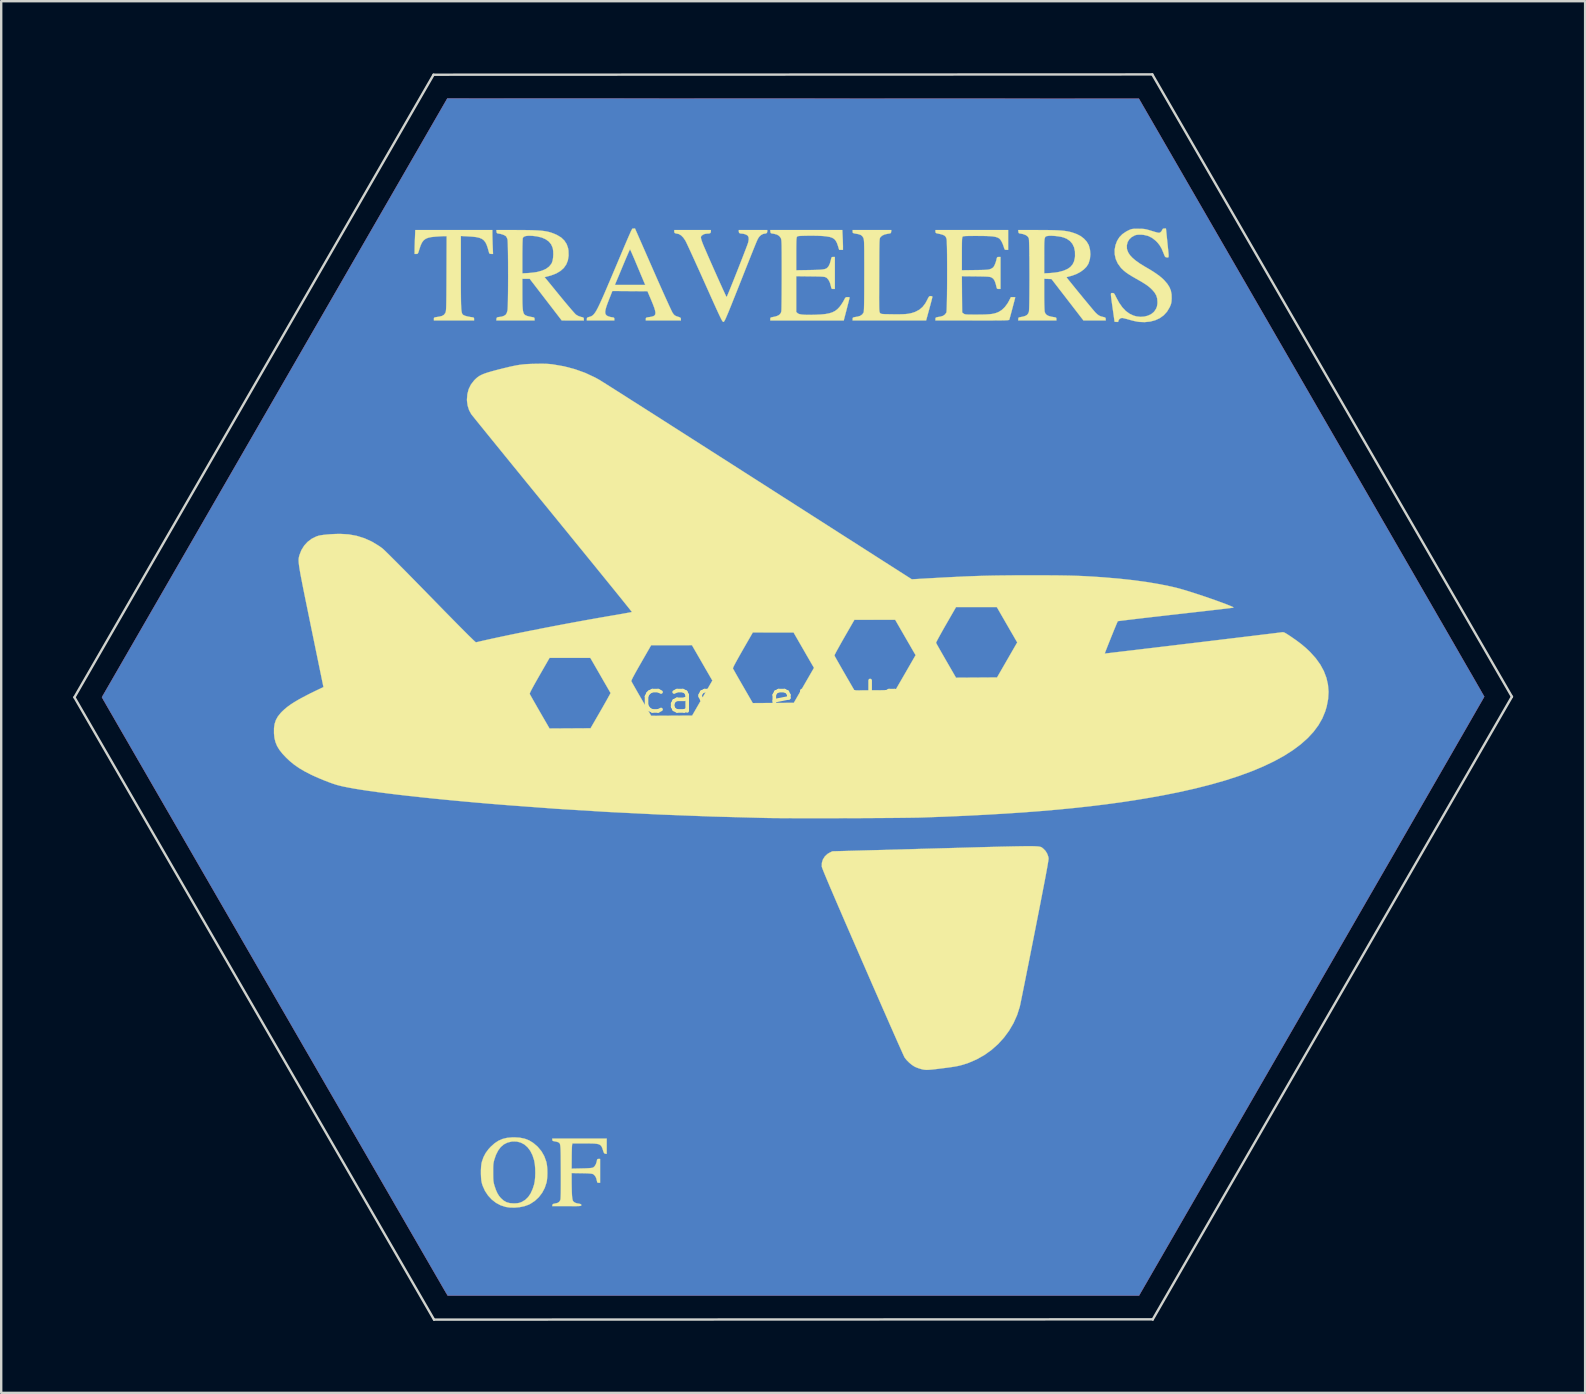
<source format=kicad_pcb>
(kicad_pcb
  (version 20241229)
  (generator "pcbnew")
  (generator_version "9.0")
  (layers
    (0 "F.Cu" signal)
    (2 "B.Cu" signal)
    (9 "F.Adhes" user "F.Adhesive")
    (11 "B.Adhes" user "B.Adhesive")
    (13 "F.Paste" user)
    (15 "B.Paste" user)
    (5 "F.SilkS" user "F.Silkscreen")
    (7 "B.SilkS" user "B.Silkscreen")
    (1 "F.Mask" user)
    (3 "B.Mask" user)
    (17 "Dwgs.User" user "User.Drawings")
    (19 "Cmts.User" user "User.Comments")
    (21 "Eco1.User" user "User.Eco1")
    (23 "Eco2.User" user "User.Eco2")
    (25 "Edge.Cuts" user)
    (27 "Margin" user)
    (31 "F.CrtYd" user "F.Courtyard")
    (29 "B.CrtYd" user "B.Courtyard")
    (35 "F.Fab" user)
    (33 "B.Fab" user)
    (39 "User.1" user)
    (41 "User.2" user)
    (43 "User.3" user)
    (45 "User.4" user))
  (footprint "case_emblem"
    (layer "F.Cu")
    (at 29.99 25.984)
    (property "Reference" "case_emblem" (at 0 0 0) (layer "F.SilkS") (effects (font (size 1.27 1.27) (thickness 0.15))))
    (attr through_hole)
    (fp_poly (pts (xy 14.4 -24.924) (xy 21.593 -12.478) (xy 21.983 -11.804) (xy 22.367 -11.139) (xy 22.746 -10.484) (xy 23.118 -9.839) (xy 23.483 -9.207) (xy 23.841 -8.588) (xy 24.191 -7.982) (xy 24.532 -7.391) (xy 24.865 -6.816) (xy 25.187 -6.257) (xy 25.5 -5.715) (xy 25.802 -5.193) (xy 26.092 -4.689) (xy 26.371 -4.206) (xy 26.638 -3.745) (xy 26.891 -3.305) (xy 27.132 -2.889) (xy 27.358 -2.497) (xy 27.57 -2.129) (xy 27.766 -1.788) (xy 27.947 -1.474) (xy 28.112 -1.188) (xy 28.261 -0.931) (xy 28.392 -0.703) (xy 28.505 -0.506) (xy 28.6 -0.341) (xy 28.676 -0.208) (xy 28.733 -0.109) (xy 28.77 -0.045) (xy 28.786 -0.016) (xy 28.787 -0.014) (xy 28.776 0.005) (xy 28.745 0.06) (xy 28.694 0.15) (xy 28.623 0.273) (xy 28.533 0.429) (xy 28.425 0.618) (xy 28.299 0.837) (xy 28.156 1.086) (xy 27.996 1.365) (xy 27.819 1.672) (xy 27.627 2.006) (xy 27.42 2.366) (xy 27.198 2.751) (xy 26.962 3.161) (xy 26.712 3.595) (xy 26.449 4.051) (xy 26.174 4.528) (xy 25.887 5.027) (xy 25.589 5.544) (xy 25.28 6.081) (xy 24.96 6.636) (xy 24.631 7.207) (xy 24.292 7.794) (xy 23.945 8.396) (xy 23.59 9.012) (xy 23.227 9.642) (xy 22.857 10.283) (xy 22.481 10.936) (xy 22.098 11.599) (xy 21.711 12.271) (xy 21.597 12.469) (xy 14.406 24.934) (xy -14.39 24.934) (xy -14.463 24.813) (xy -14.478 24.788) (xy -14.513 24.727) (xy -14.568 24.633) (xy -14.642 24.505) (xy -14.734 24.345) (xy -14.845 24.154) (xy -14.972 23.934) (xy -15.116 23.685) (xy -15.276 23.408) (xy -15.451 23.106) (xy -15.64 22.778) (xy -15.843 22.427) (xy -16.06 22.053) (xy -16.288 21.657) (xy -16.529 21.242) (xy -16.78 20.806) (xy -17.042 20.353) (xy -17.314 19.883) (xy -17.595 19.397) (xy -17.884 18.897) (xy -18.181 18.383) (xy -18.485 17.857) (xy -18.795 17.32) (xy -19.111 16.773) (xy -19.433 16.217) (xy -19.758 15.654) (xy -20.087 15.084) (xy -20.42 14.509) (xy -20.754 13.93) (xy -21.09 13.348) (xy -21.428 12.765) (xy -21.765 12.18) (xy -22.103 11.597) (xy -22.439 11.015) (xy -22.774 10.436) (xy -23.106 9.86) (xy -23.435 9.291) (xy -23.761 8.727) (xy -24.082 8.171) (xy -24.398 7.624) (xy -24.709 7.087) (xy -25.013 6.56) (xy -25.31 6.046) (xy -25.599 5.545) (xy -25.88 5.059) (xy -26.152 4.589) (xy -26.414 4.135) (xy -26.666 3.699) (xy -26.906 3.283) (xy -27.135 2.886) (xy -27.352 2.512) (xy -27.555 2.16) (xy -27.744 1.831) (xy -27.92 1.528) (xy -28.08 1.251) (xy -28.224 1.001) (xy -28.351 0.78) (xy -28.462 0.589) (xy -28.555 0.428) (xy -28.629 0.299) (xy -28.684 0.203) (xy -28.72 0.142) (xy -28.734 0.116) (xy -28.734 0.116) (xy -28.794 0.009) (xy -21.6 -12.462) (xy -14.406 -24.934) (xy 14.4 -24.924)) (stroke (width 0.01) (type solid)) (fill yes) (layer "F.Cu"))
    (fp_poly (pts (xy 3.916 -2.898) (xy 3.958 -2.897) (xy 4.053 -2.889) (xy 4.716 -1.746) (xy 4.649 -1.628) (xy 4.62 -1.577) (xy 4.573 -1.495) (xy 4.513 -1.39) (xy 4.443 -1.269) (xy 4.368 -1.138) (xy 4.318 -1.052) (xy 4.053 -0.593) (xy 3.393 -0.593) (xy 2.733 -0.593) (xy 2.618 -0.788) (xy 2.493 -1.003) (xy 2.388 -1.184) (xy 2.301 -1.334) (xy 2.232 -1.457) (xy 2.178 -1.555) (xy 2.138 -1.631) (xy 2.11 -1.688) (xy 2.093 -1.728) (xy 2.086 -1.756) (xy 2.086 -1.773) (xy 2.087 -1.776) (xy 2.103 -1.804) (xy 2.136 -1.864) (xy 2.185 -1.95) (xy 2.247 -2.057) (xy 2.318 -2.181) (xy 2.396 -2.317) (xy 2.412 -2.345) (xy 2.719 -2.874) (xy 3.291 -2.889) (xy 3.448 -2.893) (xy 3.595 -2.895) (xy 3.727 -2.897) (xy 3.836 -2.898) (xy 3.916 -2.898)) (stroke (width 0.01) (type solid)) (fill yes) (layer "F.Mask"))
    (fp_poly (pts (xy -0.341 -2.368) (xy -0.243 -2.362) (xy -0.188 -2.352) (xy -0.174 -2.344) (xy -0.156 -2.316) (xy -0.12 -2.258) (xy -0.071 -2.175) (xy -0.011 -2.073) (xy 0.055 -1.958) (xy 0.126 -1.835) (xy 0.198 -1.709) (xy 0.268 -1.587) (xy 0.332 -1.474) (xy 0.388 -1.374) (xy 0.432 -1.295) (xy 0.461 -1.241) (xy 0.472 -1.217) (xy 0.472 -1.217) (xy 0.462 -1.194) (xy 0.433 -1.139) (xy 0.388 -1.057) (xy 0.33 -0.952) (xy 0.261 -0.829) (xy 0.183 -0.692) (xy 0.147 -0.63) (xy -0.179 -0.064) (xy -1.5 -0.064) (xy -1.615 -0.259) (xy -1.74 -0.473) (xy -1.845 -0.654) (xy -1.931 -0.804) (xy -2.001 -0.927) (xy -2.055 -1.024) (xy -2.095 -1.1) (xy -2.122 -1.157) (xy -2.139 -1.198) (xy -2.147 -1.225) (xy -2.147 -1.243) (xy -2.146 -1.247) (xy -2.131 -1.274) (xy -2.097 -1.334) (xy -2.048 -1.419) (xy -1.987 -1.527) (xy -1.915 -1.651) (xy -1.837 -1.786) (xy -1.821 -1.814) (xy -1.515 -2.343) (xy -1.135 -2.357) (xy -0.877 -2.365) (xy -0.658 -2.37) (xy -0.479 -2.371) (xy -0.341 -2.368)) (stroke (width 0.01) (type solid)) (fill yes) (layer "F.Mask"))
    (fp_poly (pts (xy 8.15 -3.425) (xy 8.213 -3.422) (xy 8.253 -3.418) (xy 8.277 -3.411) (xy 8.286 -3.405) (xy 8.305 -3.379) (xy 8.34 -3.322) (xy 8.389 -3.241) (xy 8.449 -3.14) (xy 8.516 -3.025) (xy 8.587 -2.902) (xy 8.66 -2.777) (xy 8.73 -2.654) (xy 8.796 -2.539) (xy 8.852 -2.439) (xy 8.897 -2.358) (xy 8.927 -2.301) (xy 8.939 -2.276) (xy 8.939 -2.275) (xy 8.929 -2.252) (xy 8.9 -2.197) (xy 8.855 -2.115) (xy 8.796 -2.01) (xy 8.727 -1.887) (xy 8.649 -1.75) (xy 8.613 -1.688) (xy 8.287 -1.122) (xy 7.627 -1.122) (xy 6.966 -1.122) (xy 6.852 -1.318) (xy 6.726 -1.532) (xy 6.621 -1.713) (xy 6.534 -1.863) (xy 6.465 -1.986) (xy 6.411 -2.084) (xy 6.371 -2.16) (xy 6.343 -2.217) (xy 6.327 -2.258) (xy 6.319 -2.285) (xy 6.32 -2.302) (xy 6.321 -2.306) (xy 6.336 -2.333) (xy 6.369 -2.393) (xy 6.418 -2.479) (xy 6.48 -2.586) (xy 6.551 -2.71) (xy 6.63 -2.846) (xy 6.646 -2.874) (xy 6.952 -3.403) (xy 7.606 -3.418) (xy 7.795 -3.422) (xy 7.946 -3.425) (xy 8.063 -3.426) (xy 8.15 -3.425)) (stroke (width 0.01) (type solid)) (fill yes) (layer "F.Mask"))
    (fp_poly (pts (xy -4.706 -1.84) (xy -4.587 -1.837) (xy -4.494 -1.831) (xy -4.432 -1.823) (xy -4.408 -1.815) (xy -4.389 -1.787) (xy -4.353 -1.728) (xy -4.304 -1.646) (xy -4.245 -1.544) (xy -4.178 -1.429) (xy -4.107 -1.306) (xy -4.035 -1.18) (xy -3.965 -1.058) (xy -3.901 -0.944) (xy -3.845 -0.845) (xy -3.801 -0.766) (xy -3.772 -0.711) (xy -3.761 -0.688) (xy -3.761 -0.688) (xy -3.771 -0.665) (xy -3.8 -0.61) (xy -3.845 -0.528) (xy -3.903 -0.423) (xy -3.973 -0.299) (xy -4.051 -0.163) (xy -4.087 -0.1) (xy -4.412 0.466) (xy -5.733 0.466) (xy -5.774 0.397) (xy -5.796 0.361) (xy -5.835 0.293) (xy -5.889 0.2) (xy -5.955 0.087) (xy -6.028 -0.04) (xy -6.107 -0.176) (xy -6.198 -0.334) (xy -6.268 -0.46) (xy -6.32 -0.556) (xy -6.355 -0.627) (xy -6.375 -0.676) (xy -6.381 -0.706) (xy -6.379 -0.717) (xy -6.364 -0.745) (xy -6.331 -0.804) (xy -6.282 -0.89) (xy -6.22 -0.998) (xy -6.149 -1.122) (xy -6.071 -1.257) (xy -6.055 -1.285) (xy -5.748 -1.814) (xy -5.483 -1.828) (xy -5.322 -1.835) (xy -5.158 -1.839) (xy -4.997 -1.842) (xy -4.844 -1.842) (xy -4.706 -1.84)) (stroke (width 0.01) (type solid)) (fill yes) (layer "F.Mask"))
    (fp_poly (pts (xy -9.036 -1.312) (xy -8.895 -1.31) (xy -8.789 -1.307) (xy -8.714 -1.303) (xy -8.667 -1.296) (xy -8.644 -1.288) (xy -8.641 -1.286) (xy -8.622 -1.258) (xy -8.587 -1.199) (xy -8.538 -1.116) (xy -8.478 -1.015) (xy -8.411 -0.899) (xy -8.34 -0.776) (xy -8.268 -0.651) (xy -8.198 -0.529) (xy -8.134 -0.415) (xy -8.078 -0.316) (xy -8.034 -0.236) (xy -8.005 -0.182) (xy -7.994 -0.159) (xy -7.994 -0.159) (xy -8.004 -0.136) (xy -8.033 -0.081) (xy -8.078 0.002) (xy -8.137 0.107) (xy -8.206 0.23) (xy -8.284 0.366) (xy -8.32 0.429) (xy -8.646 0.995) (xy -9.966 0.995) (xy -10.008 0.926) (xy -10.067 0.826) (xy -10.135 0.711) (xy -10.207 0.585) (xy -10.282 0.454) (xy -10.357 0.323) (xy -10.427 0.198) (xy -10.491 0.083) (xy -10.546 -0.017) (xy -10.588 -0.095) (xy -10.614 -0.147) (xy -10.622 -0.167) (xy -10.61 -0.189) (xy -10.58 -0.243) (xy -10.533 -0.325) (xy -10.474 -0.429) (xy -10.404 -0.552) (xy -10.326 -0.687) (xy -10.298 -0.736) (xy -9.981 -1.286) (xy -9.875 -1.299) (xy -9.825 -1.303) (xy -9.739 -1.306) (xy -9.625 -1.308) (xy -9.491 -1.311) (xy -9.342 -1.312) (xy -9.215 -1.312) (xy -9.036 -1.312)) (stroke (width 0.01) (type solid)) (fill yes) (layer "F.Mask"))
    (fp_poly (pts (xy 5.087 17.635) (xy 5.093 17.756) (xy 5.097 17.902) (xy 5.1 18.056) (xy 5.101 18.2) (xy 5.101 18.217) (xy 5.101 18.542) (xy 4.921 18.542) (xy 4.884 18.378) (xy 4.837 18.213) (xy 4.773 18.061) (xy 4.699 17.933) (xy 4.656 17.878) (xy 4.545 17.78) (xy 4.402 17.699) (xy 4.236 17.638) (xy 4.054 17.601) (xy 4.005 17.596) (xy 3.851 17.583) (xy 3.857 19.2) (xy 3.858 19.502) (xy 3.859 19.765) (xy 3.861 19.99) (xy 3.862 20.182) (xy 3.864 20.344) (xy 3.866 20.477) (xy 3.868 20.586) (xy 3.871 20.672) (xy 3.874 20.739) (xy 3.878 20.79) (xy 3.883 20.827) (xy 3.888 20.854) (xy 3.894 20.873) (xy 3.899 20.884) (xy 3.956 20.946) (xy 4.048 20.995) (xy 4.17 21.026) (xy 4.177 21.027) (xy 4.254 21.04) (xy 4.329 21.051) (xy 4.378 21.063) (xy 4.399 21.087) (xy 4.403 21.136) (xy 4.403 21.209) (xy 2.371 21.209) (xy 2.371 21.136) (xy 2.374 21.087) (xy 2.394 21.064) (xy 2.441 21.052) (xy 2.45 21.051) (xy 2.594 21.025) (xy 2.702 20.998) (xy 2.78 20.964) (xy 2.833 20.919) (xy 2.869 20.86) (xy 2.894 20.784) (xy 2.897 20.768) (xy 2.902 20.725) (xy 2.907 20.647) (xy 2.911 20.534) (xy 2.914 20.384) (xy 2.917 20.196) (xy 2.919 19.97) (xy 2.92 19.704) (xy 2.921 19.398) (xy 2.921 19.123) (xy 2.921 17.59) (xy 2.831 17.59) (xy 2.713 17.6) (xy 2.577 17.626) (xy 2.443 17.664) (xy 2.331 17.709) (xy 2.213 17.779) (xy 2.115 17.867) (xy 2.032 17.978) (xy 1.962 18.117) (xy 1.903 18.288) (xy 1.854 18.484) (xy 1.84 18.522) (xy 1.813 18.538) (xy 1.757 18.542) (xy 1.672 18.542) (xy 1.672 17.378) (xy 5.073 17.378) (xy 5.087 17.635)) (stroke (width 0.01) (type solid)) (fill yes) (layer "F.Mask"))
    (fp_poly (pts (xy 11.339 18.569) (xy 12.308 19.761) (xy 12.314 18.842) (xy 12.315 18.593) (xy 12.315 18.376) (xy 12.313 18.193) (xy 12.31 18.046) (xy 12.306 17.936) (xy 12.301 17.866) (xy 12.298 17.842) (xy 12.25 17.734) (xy 12.171 17.652) (xy 12.059 17.593) (xy 11.912 17.557) (xy 11.911 17.557) (xy 11.851 17.547) (xy 11.821 17.531) (xy 11.812 17.501) (xy 11.811 17.46) (xy 11.811 17.378) (xy 13.039 17.378) (xy 13.039 17.541) (xy 12.91 17.569) (xy 12.779 17.609) (xy 12.685 17.666) (xy 12.629 17.741) (xy 12.622 17.76) (xy 12.617 17.786) (xy 12.613 17.835) (xy 12.609 17.91) (xy 12.606 18.011) (xy 12.603 18.142) (xy 12.601 18.304) (xy 12.599 18.499) (xy 12.597 18.729) (xy 12.596 18.996) (xy 12.596 19.302) (xy 12.595 19.574) (xy 12.594 21.315) (xy 12.504 21.314) (xy 12.414 21.314) (xy 9.917 18.272) (xy 9.911 19.407) (xy 9.91 19.711) (xy 9.91 19.973) (xy 9.911 20.194) (xy 9.913 20.375) (xy 9.917 20.516) (xy 9.922 20.618) (xy 9.928 20.682) (xy 9.929 20.686) (xy 9.955 20.795) (xy 9.996 20.877) (xy 10.058 20.94) (xy 10.148 20.987) (xy 10.271 21.024) (xy 10.335 21.039) (xy 10.403 21.054) (xy 10.439 21.069) (xy 10.454 21.092) (xy 10.456 21.13) (xy 10.456 21.136) (xy 10.456 21.209) (xy 9.144 21.209) (xy 9.144 21.135) (xy 9.149 21.084) (xy 9.171 21.059) (xy 9.202 21.049) (xy 9.335 21.02) (xy 9.433 20.993) (xy 9.502 20.965) (xy 9.551 20.933) (xy 9.584 20.894) (xy 9.606 20.853) (xy 9.613 20.834) (xy 9.619 20.809) (xy 9.624 20.774) (xy 9.629 20.727) (xy 9.633 20.664) (xy 9.636 20.583) (xy 9.638 20.479) (xy 9.641 20.351) (xy 9.642 20.194) (xy 9.644 20.006) (xy 9.645 19.784) (xy 9.647 19.524) (xy 9.647 19.365) (xy 9.653 17.954) (xy 9.524 17.805) (xy 9.428 17.702) (xy 9.34 17.623) (xy 9.265 17.57) (xy 9.208 17.548) (xy 9.201 17.547) (xy 9.177 17.537) (xy 9.167 17.5) (xy 9.165 17.462) (xy 9.165 17.378) (xy 10.37 17.378) (xy 11.339 18.569)) (stroke (width 0.01) (type solid)) (fill yes) (layer "F.Mask"))
    (fp_poly (pts (xy -3.916 17.311) (xy -3.746 17.342) (xy -3.558 17.391) (xy -3.342 17.462) (xy -3.341 17.462) (xy -3.231 17.499) (xy -3.131 17.531) (xy -3.049 17.554) (xy -2.995 17.567) (xy -2.982 17.568) (xy -2.908 17.548) (xy -2.84 17.491) (xy -2.785 17.402) (xy -2.784 17.4) (xy -2.757 17.346) (xy -2.73 17.322) (xy -2.689 17.317) (xy -2.658 17.319) (xy -2.572 17.325) (xy -2.566 17.986) (xy -2.561 18.648) (xy -2.644 18.648) (xy -2.684 18.646) (xy -2.714 18.637) (xy -2.74 18.612) (xy -2.771 18.565) (xy -2.813 18.488) (xy -2.814 18.486) (xy -2.964 18.237) (xy -3.124 18.022) (xy -3.294 17.843) (xy -3.473 17.701) (xy -3.657 17.597) (xy -3.846 17.532) (xy -4.037 17.508) (xy -4.104 17.509) (xy -4.291 17.539) (xy -4.459 17.607) (xy -4.607 17.712) (xy -4.734 17.854) (xy -4.843 18.033) (xy -4.931 18.25) (xy -4.999 18.503) (xy -5.039 18.733) (xy -5.051 18.855) (xy -5.059 19.007) (xy -5.063 19.178) (xy -5.063 19.356) (xy -5.058 19.53) (xy -5.05 19.69) (xy -5.037 19.824) (xy -5.03 19.876) (xy -4.973 20.146) (xy -4.896 20.378) (xy -4.798 20.574) (xy -4.679 20.734) (xy -4.539 20.859) (xy -4.376 20.948) (xy -4.191 21.004) (xy -3.983 21.026) (xy -3.948 21.027) (xy -3.754 21.015) (xy -3.57 20.976) (xy -3.392 20.909) (xy -3.213 20.811) (xy -3.029 20.68) (xy -2.833 20.512) (xy -2.811 20.491) (xy -2.647 20.338) (xy -2.562 20.407) (xy -2.513 20.449) (xy -2.482 20.482) (xy -2.477 20.493) (xy -2.491 20.519) (xy -2.531 20.567) (xy -2.591 20.631) (xy -2.662 20.704) (xy -2.74 20.779) (xy -2.818 20.851) (xy -2.89 20.914) (xy -2.941 20.954) (xy -3.141 21.082) (xy -3.358 21.186) (xy -3.579 21.259) (xy -3.642 21.273) (xy -3.788 21.295) (xy -3.958 21.309) (xy -4.138 21.313) (xy -4.312 21.308) (xy -4.468 21.293) (xy -4.537 21.282) (xy -4.816 21.206) (xy -5.074 21.095) (xy -5.308 20.95) (xy -5.516 20.774) (xy -5.696 20.57) (xy -5.845 20.339) (xy -5.962 20.084) (xy -6.043 19.807) (xy -6.044 19.801) (xy -6.065 19.669) (xy -6.077 19.509) (xy -6.082 19.335) (xy -6.078 19.16) (xy -6.067 18.997) (xy -6.047 18.861) (xy -6.044 18.849) (xy -5.964 18.571) (xy -5.846 18.313) (xy -5.69 18.074) (xy -5.515 17.873) (xy -5.308 17.687) (xy -5.089 17.54) (xy -4.854 17.429) (xy -4.599 17.353) (xy -4.319 17.309) (xy -4.233 17.302) (xy -4.075 17.298) (xy -3.916 17.311)) (stroke (width 0.01) (type solid)) (fill yes) (layer "F.Mask"))
    (fp_poly (pts (xy 7.031 17.302) (xy 7.069 17.335) (xy 7.081 17.361) (xy 7.108 17.422) (xy 7.149 17.517) (xy 7.202 17.641) (xy 7.267 17.793) (xy 7.341 17.968) (xy 7.425 18.164) (xy 7.516 18.377) (xy 7.613 18.606) (xy 7.714 18.846) (xy 7.749 18.928) (xy 7.855 19.176) (xy 7.957 19.417) (xy 8.055 19.647) (xy 8.148 19.863) (xy 8.233 20.061) (xy 8.31 20.238) (xy 8.376 20.391) (xy 8.431 20.516) (xy 8.472 20.609) (xy 8.499 20.668) (xy 8.502 20.676) (xy 8.573 20.81) (xy 8.639 20.909) (xy 8.705 20.978) (xy 8.776 21.023) (xy 8.833 21.043) (xy 8.893 21.062) (xy 8.922 21.082) (xy 8.932 21.114) (xy 8.932 21.139) (xy 8.932 21.209) (xy 7.091 21.209) (xy 7.091 21.135) (xy 7.093 21.097) (xy 7.103 21.072) (xy 7.129 21.056) (xy 7.18 21.045) (xy 7.262 21.035) (xy 7.302 21.031) (xy 7.411 21.009) (xy 7.484 20.968) (xy 7.523 20.905) (xy 7.531 20.863) (xy 7.527 20.807) (xy 7.508 20.72) (xy 7.477 20.612) (xy 7.437 20.49) (xy 7.391 20.365) (xy 7.342 20.244) (xy 7.335 20.23) (xy 7.282 20.108) (xy 6.031 20.108) (xy 5.988 20.209) (xy 5.943 20.32) (xy 5.899 20.44) (xy 5.859 20.56) (xy 5.826 20.672) (xy 5.801 20.768) (xy 5.787 20.84) (xy 5.786 20.878) (xy 5.822 20.937) (xy 5.89 20.987) (xy 5.982 21.021) (xy 6.032 21.03) (xy 6.128 21.043) (xy 6.189 21.054) (xy 6.224 21.068) (xy 6.24 21.088) (xy 6.244 21.117) (xy 6.244 21.137) (xy 6.244 21.209) (xy 5.08 21.209) (xy 5.08 21.134) (xy 5.088 21.075) (xy 5.115 21.049) (xy 5.117 21.048) (xy 5.23 21.003) (xy 5.326 20.943) (xy 5.384 20.886) (xy 5.405 20.856) (xy 5.429 20.818) (xy 5.456 20.769) (xy 5.487 20.708) (xy 5.523 20.63) (xy 5.566 20.535) (xy 5.616 20.42) (xy 5.675 20.282) (xy 5.743 20.119) (xy 5.822 19.928) (xy 5.86 19.835) (xy 6.138 19.835) (xy 6.159 19.841) (xy 6.216 19.846) (xy 6.305 19.849) (xy 6.421 19.852) (xy 6.557 19.854) (xy 6.657 19.854) (xy 6.8 19.854) (xy 6.928 19.853) (xy 7.035 19.85) (xy 7.116 19.848) (xy 7.164 19.845) (xy 7.176 19.842) (xy 7.168 19.819) (xy 7.146 19.764) (xy 7.113 19.681) (xy 7.07 19.576) (xy 7.02 19.455) (xy 6.965 19.324) (xy 6.908 19.187) (xy 6.851 19.051) (xy 6.796 18.92) (xy 6.745 18.801) (xy 6.701 18.698) (xy 6.667 18.618) (xy 6.643 18.566) (xy 6.634 18.548) (xy 6.634 18.548) (xy 6.624 18.569) (xy 6.601 18.624) (xy 6.568 18.708) (xy 6.527 18.813) (xy 6.479 18.936) (xy 6.428 19.069) (xy 6.375 19.207) (xy 6.322 19.345) (xy 6.272 19.476) (xy 6.226 19.595) (xy 6.188 19.696) (xy 6.16 19.774) (xy 6.142 19.822) (xy 6.138 19.835) (xy 5.86 19.835) (xy 5.913 19.707) (xy 6.016 19.454) (xy 6.133 19.166) (xy 6.242 18.896) (xy 6.34 18.655) (xy 6.433 18.424) (xy 6.522 18.207) (xy 6.603 18.007) (xy 6.676 17.827) (xy 6.74 17.67) (xy 6.794 17.54) (xy 6.835 17.439) (xy 6.864 17.37) (xy 6.878 17.337) (xy 6.879 17.335) (xy 6.918 17.302) (xy 6.974 17.291) (xy 7.031 17.302)) (stroke (width 0.01) (type solid)) (fill yes) (layer "F.Mask"))
    (fp_poly (pts (xy -0.233 17.298) (xy -0.197 17.32) (xy -0.185 17.343) (xy -0.159 17.402) (xy -0.119 17.494) (xy -0.066 17.616) (xy -0.002 17.765) (xy 0.071 17.938) (xy 0.154 18.131) (xy 0.243 18.342) (xy 0.339 18.567) (xy 0.439 18.804) (xy 0.454 18.838) (xy 0.596 19.174) (xy 0.722 19.473) (xy 0.835 19.737) (xy 0.934 19.969) (xy 1.022 20.171) (xy 1.098 20.344) (xy 1.165 20.492) (xy 1.224 20.616) (xy 1.275 20.719) (xy 1.32 20.803) (xy 1.359 20.869) (xy 1.394 20.921) (xy 1.427 20.961) (xy 1.458 20.99) (xy 1.488 21.011) (xy 1.518 21.025) (xy 1.55 21.037) (xy 1.575 21.044) (xy 1.634 21.062) (xy 1.663 21.082) (xy 1.672 21.115) (xy 1.672 21.139) (xy 1.672 21.209) (xy -0.169 21.209) (xy -0.169 21.135) (xy -0.168 21.097) (xy -0.157 21.072) (xy -0.131 21.056) (xy -0.08 21.045) (xy 0.002 21.035) (xy 0.042 21.031) (xy 0.142 21.013) (xy 0.212 20.98) (xy 0.254 20.928) (xy 0.269 20.853) (xy 0.258 20.752) (xy 0.223 20.62) (xy 0.202 20.557) (xy 0.164 20.453) (xy 0.125 20.349) (xy 0.091 20.262) (xy 0.075 20.224) (xy 0.023 20.108) (xy -0.607 20.113) (xy -1.236 20.119) (xy -1.317 20.331) (xy -1.357 20.438) (xy -1.397 20.55) (xy -1.43 20.648) (xy -1.443 20.688) (xy -1.465 20.765) (xy -1.475 20.816) (xy -1.473 20.854) (xy -1.459 20.891) (xy -1.454 20.903) (xy -1.424 20.95) (xy -1.38 20.981) (xy -1.309 21.007) (xy -1.238 21.026) (xy -1.178 21.038) (xy -1.155 21.04) (xy -1.078 21.047) (xy -1.034 21.072) (xy -1.017 21.118) (xy -1.016 21.137) (xy -1.016 21.209) (xy -2.183 21.209) (xy -2.176 21.13) (xy -2.167 21.077) (xy -2.144 21.05) (xy -2.092 21.033) (xy -2.091 21.033) (xy -1.992 20.989) (xy -1.897 20.903) (xy -1.807 20.775) (xy -1.75 20.669) (xy -1.727 20.619) (xy -1.69 20.534) (xy -1.64 20.416) (xy -1.578 20.269) (xy -1.507 20.096) (xy -1.426 19.902) (xy -1.396 19.829) (xy -1.117 19.829) (xy -1.109 19.838) (xy -1.087 19.844) (xy -1.047 19.849) (xy -0.983 19.852) (xy -0.892 19.853) (xy -0.768 19.854) (xy -0.606 19.854) (xy -0.606 19.854) (xy -0.462 19.854) (xy -0.334 19.852) (xy -0.226 19.85) (xy -0.145 19.846) (xy -0.097 19.842) (xy -0.085 19.839) (xy -0.092 19.816) (xy -0.114 19.76) (xy -0.148 19.678) (xy -0.19 19.573) (xy -0.24 19.452) (xy -0.295 19.321) (xy -0.352 19.184) (xy -0.409 19.048) (xy -0.464 18.917) (xy -0.514 18.798) (xy -0.558 18.696) (xy -0.593 18.617) (xy -0.616 18.565) (xy -0.625 18.547) (xy -0.625 18.547) (xy -0.634 18.568) (xy -0.656 18.622) (xy -0.689 18.705) (xy -0.73 18.809) (xy -0.777 18.931) (xy -0.828 19.063) (xy -0.882 19.2) (xy -0.934 19.337) (xy -0.984 19.466) (xy -1.029 19.584) (xy -1.067 19.684) (xy -1.096 19.76) (xy -1.113 19.806) (xy -1.117 19.817) (xy -1.117 19.829) (xy -1.396 19.829) (xy -1.339 19.689) (xy -1.246 19.461) (xy -1.148 19.221) (xy -1.047 18.973) (xy -1.027 18.923) (xy -0.928 18.679) (xy -0.833 18.445) (xy -0.744 18.226) (xy -0.662 18.023) (xy -0.588 17.84) (xy -0.523 17.681) (xy -0.468 17.547) (xy -0.425 17.443) (xy -0.395 17.371) (xy -0.38 17.334) (xy -0.378 17.33) (xy -0.344 17.304) (xy -0.289 17.293) (xy -0.233 17.298)) (stroke (width 0.01) (type solid)) (fill yes) (layer "F.Mask"))
    (fp_poly (pts (xy 14.4 -24.924) (xy 21.593 -12.478) (xy 21.983 -11.804) (xy 22.367 -11.139) (xy 22.746 -10.484) (xy 23.118 -9.839) (xy 23.483 -9.207) (xy 23.841 -8.588) (xy 24.191 -7.982) (xy 24.532 -7.391) (xy 24.865 -6.816) (xy 25.187 -6.257) (xy 25.5 -5.715) (xy 25.802 -5.193) (xy 26.092 -4.689) (xy 26.371 -4.206) (xy 26.638 -3.745) (xy 26.891 -3.305) (xy 27.132 -2.889) (xy 27.358 -2.497) (xy 27.57 -2.129) (xy 27.766 -1.788) (xy 27.947 -1.474) (xy 28.112 -1.188) (xy 28.261 -0.931) (xy 28.392 -0.703) (xy 28.505 -0.506) (xy 28.6 -0.341) (xy 28.676 -0.208) (xy 28.733 -0.109) (xy 28.77 -0.045) (xy 28.786 -0.016) (xy 28.787 -0.014) (xy 28.776 0.005) (xy 28.745 0.06) (xy 28.694 0.15) (xy 28.623 0.273) (xy 28.533 0.429) (xy 28.425 0.618) (xy 28.299 0.837) (xy 28.156 1.086) (xy 27.996 1.365) (xy 27.819 1.672) (xy 27.627 2.006) (xy 27.42 2.366) (xy 27.198 2.751) (xy 26.962 3.161) (xy 26.712 3.595) (xy 26.449 4.051) (xy 26.174 4.528) (xy 25.887 5.027) (xy 25.589 5.544) (xy 25.28 6.081) (xy 24.96 6.636) (xy 24.631 7.207) (xy 24.292 7.794) (xy 23.945 8.396) (xy 23.59 9.012) (xy 23.227 9.642) (xy 22.857 10.283) (xy 22.481 10.936) (xy 22.098 11.599) (xy 21.711 12.271) (xy 21.597 12.469) (xy 14.406 24.934) (xy -14.39 24.934) (xy -14.463 24.813) (xy -14.478 24.788) (xy -14.513 24.727) (xy -14.568 24.633) (xy -14.642 24.505) (xy -14.734 24.345) (xy -14.845 24.154) (xy -14.972 23.934) (xy -15.116 23.685) (xy -15.276 23.408) (xy -15.451 23.106) (xy -15.64 22.778) (xy -15.843 22.427) (xy -16.06 22.053) (xy -16.288 21.657) (xy -16.529 21.242) (xy -16.78 20.806) (xy -17.042 20.353) (xy -17.314 19.883) (xy -17.595 19.397) (xy -17.884 18.897) (xy -18.181 18.383) (xy -18.485 17.857) (xy -18.795 17.32) (xy -19.111 16.773) (xy -19.433 16.217) (xy -19.758 15.654) (xy -20.087 15.084) (xy -20.42 14.509) (xy -20.754 13.93) (xy -21.09 13.348) (xy -21.428 12.765) (xy -21.765 12.18) (xy -22.103 11.597) (xy -22.439 11.015) (xy -22.774 10.436) (xy -23.106 9.86) (xy -23.435 9.291) (xy -23.761 8.727) (xy -24.082 8.171) (xy -24.398 7.624) (xy -24.709 7.087) (xy -25.013 6.56) (xy -25.31 6.046) (xy -25.599 5.545) (xy -25.88 5.059) (xy -26.152 4.589) (xy -26.414 4.135) (xy -26.666 3.699) (xy -26.906 3.283) (xy -27.135 2.886) (xy -27.352 2.512) (xy -27.555 2.16) (xy -27.744 1.831) (xy -27.92 1.528) (xy -28.08 1.251) (xy -28.224 1.001) (xy -28.351 0.78) (xy -28.462 0.589) (xy -28.555 0.428) (xy -28.629 0.299) (xy -28.684 0.203) (xy -28.72 0.142) (xy -28.734 0.116) (xy -28.734 0.116) (xy -28.794 0.009) (xy -21.6 -12.462) (xy -14.406 -24.934) (xy 14.4 -24.924)) (stroke (width 0.01) (type solid)) (fill yes) (layer "B.Cu"))
    (fp_poly (pts (xy -12.531 -19.288) (xy -12.53 -19.207) (xy -12.527 -19.096) (xy -12.523 -18.968) (xy -12.519 -18.836) (xy -12.517 -18.791) (xy -12.503 -18.457) (xy -12.579 -18.457) (xy -12.628 -18.461) (xy -12.655 -18.478) (xy -12.672 -18.52) (xy -12.679 -18.547) (xy -12.725 -18.712) (xy -12.772 -18.845) (xy -12.826 -18.95) (xy -12.892 -19.029) (xy -12.974 -19.088) (xy -13.078 -19.13) (xy -13.209 -19.159) (xy -13.373 -19.177) (xy -13.563 -19.189) (xy -13.843 -19.204) (xy -13.843 -17.681) (xy -13.843 -17.372) (xy -13.843 -17.104) (xy -13.842 -16.872) (xy -13.84 -16.673) (xy -13.838 -16.506) (xy -13.835 -16.366) (xy -13.83 -16.252) (xy -13.825 -16.161) (xy -13.817 -16.089) (xy -13.808 -16.034) (xy -13.798 -15.992) (xy -13.785 -15.962) (xy -13.769 -15.94) (xy -13.752 -15.923) (xy -13.732 -15.908) (xy -13.731 -15.908) (xy -13.665 -15.879) (xy -13.565 -15.851) (xy -13.439 -15.828) (xy -13.393 -15.822) (xy -13.333 -15.812) (xy -13.303 -15.797) (xy -13.293 -15.77) (xy -13.293 -15.747) (xy -13.293 -15.684) (xy -14.965 -15.684) (xy -14.965 -15.747) (xy -14.965 -15.775) (xy -14.961 -15.793) (xy -14.944 -15.806) (xy -14.909 -15.817) (xy -14.847 -15.828) (xy -14.752 -15.843) (xy -14.737 -15.845) (xy -14.625 -15.874) (xy -14.545 -15.922) (xy -14.491 -15.995) (xy -14.485 -16.009) (xy -14.478 -16.028) (xy -14.471 -16.051) (xy -14.466 -16.08) (xy -14.461 -16.12) (xy -14.457 -16.172) (xy -14.454 -16.24) (xy -14.451 -16.327) (xy -14.449 -16.436) (xy -14.447 -16.57) (xy -14.445 -16.732) (xy -14.444 -16.925) (xy -14.442 -17.152) (xy -14.441 -17.416) (xy -14.44 -17.648) (xy -14.434 -19.198) (xy -14.535 -19.198) (xy -14.597 -19.196) (xy -14.688 -19.191) (xy -14.796 -19.184) (xy -14.899 -19.177) (xy -15.07 -19.159) (xy -15.205 -19.13) (xy -15.311 -19.086) (xy -15.394 -19.022) (xy -15.461 -18.933) (xy -15.517 -18.814) (xy -15.569 -18.661) (xy -15.571 -18.654) (xy -15.599 -18.564) (xy -15.619 -18.506) (xy -15.637 -18.475) (xy -15.658 -18.461) (xy -15.686 -18.457) (xy -15.7 -18.457) (xy -15.769 -18.457) (xy -15.769 -18.602) (xy -15.768 -18.674) (xy -15.766 -18.777) (xy -15.762 -18.9) (xy -15.758 -19.031) (xy -15.755 -19.1) (xy -15.741 -19.452) (xy -12.531 -19.452) (xy -12.531 -19.288)) (stroke (width 0.01) (type solid)) (fill yes) (layer "F.SilkS"))
    (fp_poly (pts (xy -11.387 18.357) (xy -11.181 18.399) (xy -10.994 18.472) (xy -10.822 18.579) (xy -10.656 18.722) (xy -10.643 18.734) (xy -10.488 18.919) (xy -10.369 19.126) (xy -10.286 19.354) (xy -10.275 19.399) (xy -10.254 19.522) (xy -10.242 19.672) (xy -10.239 19.833) (xy -10.244 19.993) (xy -10.258 20.136) (xy -10.274 20.224) (xy -10.348 20.447) (xy -10.457 20.653) (xy -10.597 20.836) (xy -10.764 20.991) (xy -10.954 21.115) (xy -11.018 21.147) (xy -11.194 21.21) (xy -11.394 21.251) (xy -11.604 21.27) (xy -11.811 21.265) (xy -11.974 21.241) (xy -12.184 21.174) (xy -12.379 21.07) (xy -12.555 20.933) (xy -12.709 20.767) (xy -12.836 20.576) (xy -12.933 20.363) (xy -12.967 20.255) (xy -12.988 20.15) (xy -13.001 20.015) (xy -13.007 19.865) (xy -13.007 19.793) (xy -12.497 19.793) (xy -12.497 19.812) (xy -12.496 19.951) (xy -12.494 20.056) (xy -12.489 20.138) (xy -12.48 20.206) (xy -12.467 20.269) (xy -12.449 20.336) (xy -12.439 20.369) (xy -12.382 20.535) (xy -12.322 20.669) (xy -12.254 20.78) (xy -12.178 20.872) (xy -12.061 20.977) (xy -11.935 21.047) (xy -11.791 21.085) (xy -11.623 21.095) (xy -11.588 21.094) (xy -11.475 21.085) (xy -11.384 21.065) (xy -11.297 21.03) (xy -11.158 20.945) (xy -11.038 20.829) (xy -10.937 20.68) (xy -10.853 20.496) (xy -10.791 20.303) (xy -10.764 20.168) (xy -10.748 20.005) (xy -10.742 19.825) (xy -10.746 19.643) (xy -10.76 19.471) (xy -10.785 19.322) (xy -10.791 19.296) (xy -10.86 19.085) (xy -10.952 18.903) (xy -11.065 18.754) (xy -11.198 18.639) (xy -11.348 18.56) (xy -11.513 18.517) (xy -11.69 18.514) (xy -11.735 18.519) (xy -11.904 18.561) (xy -12.052 18.636) (xy -12.18 18.745) (xy -12.289 18.89) (xy -12.381 19.072) (xy -12.45 19.273) (xy -12.468 19.34) (xy -12.481 19.403) (xy -12.49 19.471) (xy -12.495 19.552) (xy -12.497 19.657) (xy -12.497 19.793) (xy -13.007 19.793) (xy -13.007 19.71) (xy -12.999 19.563) (xy -12.984 19.436) (xy -12.969 19.367) (xy -12.901 19.169) (xy -12.809 18.994) (xy -12.687 18.83) (xy -12.595 18.731) (xy -12.437 18.59) (xy -12.277 18.484) (xy -12.108 18.41) (xy -11.92 18.364) (xy -11.708 18.345) (xy -11.62 18.343) (xy -11.387 18.357)) (stroke (width 0.01) (type solid)) (fill yes) (layer "F.SilkS"))
    (fp_poly (pts (xy 4.081 -19.383) (xy 4.075 -19.345) (xy 4.06 -19.323) (xy 4.025 -19.31) (xy 3.959 -19.3) (xy 3.95 -19.299) (xy 3.808 -19.268) (xy 3.698 -19.214) (xy 3.631 -19.149) (xy 3.623 -19.137) (xy 3.616 -19.123) (xy 3.61 -19.103) (xy 3.604 -19.076) (xy 3.6 -19.038) (xy 3.596 -18.986) (xy 3.593 -18.917) (xy 3.591 -18.828) (xy 3.589 -18.716) (xy 3.587 -18.578) (xy 3.586 -18.411) (xy 3.585 -18.212) (xy 3.584 -17.979) (xy 3.582 -17.707) (xy 3.582 -17.57) (xy 3.581 -17.28) (xy 3.58 -17.029) (xy 3.58 -16.814) (xy 3.579 -16.633) (xy 3.58 -16.482) (xy 3.581 -16.359) (xy 3.582 -16.26) (xy 3.584 -16.183) (xy 3.587 -16.124) (xy 3.591 -16.08) (xy 3.596 -16.05) (xy 3.601 -16.028) (xy 3.608 -16.013) (xy 3.615 -16.002) (xy 3.617 -16) (xy 3.631 -15.983) (xy 3.648 -15.971) (xy 3.672 -15.962) (xy 3.709 -15.955) (xy 3.765 -15.951) (xy 3.846 -15.947) (xy 3.957 -15.945) (xy 4.103 -15.943) (xy 4.141 -15.942) (xy 4.347 -15.94) (xy 4.517 -15.943) (xy 4.658 -15.949) (xy 4.778 -15.961) (xy 4.881 -15.98) (xy 4.976 -16.005) (xy 5.069 -16.037) (xy 5.101 -16.05) (xy 5.259 -16.135) (xy 5.393 -16.25) (xy 5.507 -16.4) (xy 5.576 -16.527) (xy 5.617 -16.609) (xy 5.646 -16.66) (xy 5.671 -16.688) (xy 5.697 -16.699) (xy 5.73 -16.701) (xy 5.78 -16.693) (xy 5.8 -16.674) (xy 5.8 -16.674) (xy 5.795 -16.647) (xy 5.78 -16.585) (xy 5.757 -16.494) (xy 5.727 -16.381) (xy 5.692 -16.251) (xy 5.669 -16.166) (xy 5.537 -15.684) (xy 2.477 -15.684) (xy 2.477 -15.746) (xy 2.478 -15.777) (xy 2.487 -15.798) (xy 2.512 -15.812) (xy 2.561 -15.824) (xy 2.641 -15.838) (xy 2.682 -15.844) (xy 2.788 -15.875) (xy 2.873 -15.932) (xy 2.928 -16.006) (xy 2.936 -16.024) (xy 2.941 -16.052) (xy 2.946 -16.104) (xy 2.95 -16.183) (xy 2.953 -16.289) (xy 2.956 -16.426) (xy 2.958 -16.596) (xy 2.96 -16.8) (xy 2.961 -17.041) (xy 2.961 -17.32) (xy 2.962 -17.568) (xy 2.962 -17.854) (xy 2.962 -18.1) (xy 2.961 -18.311) (xy 2.961 -18.488) (xy 2.96 -18.636) (xy 2.958 -18.756) (xy 2.956 -18.853) (xy 2.954 -18.93) (xy 2.95 -18.989) (xy 2.946 -19.034) (xy 2.941 -19.068) (xy 2.935 -19.094) (xy 2.928 -19.114) (xy 2.921 -19.13) (xy 2.878 -19.199) (xy 2.817 -19.246) (xy 2.728 -19.278) (xy 2.656 -19.293) (xy 2.57 -19.307) (xy 2.517 -19.32) (xy 2.489 -19.334) (xy 2.478 -19.355) (xy 2.477 -19.386) (xy 2.477 -19.389) (xy 2.477 -19.452) (xy 4.088 -19.452) (xy 4.081 -19.383)) (stroke (width 0.01) (type solid)) (fill yes) (layer "F.SilkS"))
    (fp_poly (pts (xy -7.768 19.032) (xy -7.824 19.025) (xy -7.857 19.015) (xy -7.881 18.989) (xy -7.904 18.937) (xy -7.917 18.896) (xy -7.944 18.812) (xy -7.971 18.746) (xy -8.003 18.694) (xy -8.046 18.656) (xy -8.103 18.629) (xy -8.181 18.612) (xy -8.284 18.601) (xy -8.416 18.597) (xy -8.584 18.595) (xy -8.678 18.595) (xy -9.196 18.595) (xy -9.21 18.658) (xy -9.214 18.698) (xy -9.218 18.773) (xy -9.221 18.875) (xy -9.224 18.998) (xy -9.226 19.135) (xy -9.226 19.184) (xy -9.229 19.647) (xy -8.811 19.638) (xy -8.644 19.634) (xy -8.515 19.627) (xy -8.422 19.619) (xy -8.36 19.609) (xy -8.333 19.6) (xy -8.274 19.551) (xy -8.223 19.47) (xy -8.187 19.369) (xy -8.179 19.327) (xy -8.167 19.272) (xy -8.148 19.247) (xy -8.111 19.241) (xy -8.104 19.241) (xy -8.043 19.241) (xy -8.043 20.235) (xy -8.104 20.235) (xy -8.144 20.231) (xy -8.165 20.208) (xy -8.175 20.156) (xy -8.176 20.154) (xy -8.204 20.043) (xy -8.252 19.95) (xy -8.315 19.887) (xy -8.327 19.88) (xy -8.357 19.867) (xy -8.398 19.857) (xy -8.457 19.85) (xy -8.539 19.844) (xy -8.65 19.84) (xy -8.798 19.837) (xy -8.811 19.837) (xy -9.229 19.83) (xy -9.228 20.239) (xy -9.226 20.38) (xy -9.223 20.52) (xy -9.219 20.647) (xy -9.214 20.752) (xy -9.209 20.816) (xy -9.198 20.905) (xy -9.184 20.964) (xy -9.165 21.002) (xy -9.136 21.032) (xy -9.076 21.069) (xy -9.005 21.092) (xy -9.001 21.093) (xy -8.915 21.107) (xy -8.864 21.12) (xy -8.837 21.134) (xy -8.827 21.152) (xy -8.826 21.167) (xy -8.828 21.179) (xy -8.835 21.189) (xy -8.852 21.196) (xy -8.885 21.201) (xy -8.936 21.205) (xy -9.012 21.207) (xy -9.117 21.208) (xy -9.254 21.209) (xy -9.429 21.209) (xy -10.036 21.209) (xy -10.029 21.162) (xy -10.017 21.131) (xy -9.986 21.113) (xy -9.923 21.1) (xy -9.921 21.1) (xy -9.817 21.075) (xy -9.748 21.032) (xy -9.705 20.967) (xy -9.694 20.934) (xy -9.688 20.889) (xy -9.684 20.802) (xy -9.68 20.674) (xy -9.678 20.504) (xy -9.677 20.292) (xy -9.677 20.037) (xy -9.678 19.754) (xy -9.679 19.503) (xy -9.681 19.291) (xy -9.682 19.115) (xy -9.685 18.971) (xy -9.688 18.855) (xy -9.693 18.764) (xy -9.7 18.695) (xy -9.709 18.644) (xy -9.72 18.608) (xy -9.734 18.584) (xy -9.75 18.567) (xy -9.771 18.555) (xy -9.795 18.544) (xy -9.796 18.543) (xy -9.851 18.525) (xy -9.921 18.51) (xy -9.94 18.507) (xy -9.999 18.495) (xy -10.026 18.478) (xy -10.033 18.447) (xy -10.033 18.444) (xy -10.033 18.394) (xy -7.768 18.394) (xy -7.768 19.032)) (stroke (width 0.01) (type solid)) (fill yes) (layer "F.SilkS"))
    (fp_poly (pts (xy -5.84 -17.809) (xy -5.727 -17.552) (xy -5.618 -17.305) (xy -5.513 -17.069) (xy -5.415 -16.849) (xy -5.324 -16.648) (xy -5.242 -16.468) (xy -5.171 -16.311) (xy -5.111 -16.183) (xy -5.064 -16.084) (xy -5.031 -16.019) (xy -5.016 -15.993) (xy -4.969 -15.931) (xy -4.924 -15.891) (xy -4.864 -15.862) (xy -4.81 -15.844) (xy -4.738 -15.82) (xy -4.699 -15.8) (xy -4.682 -15.777) (xy -4.678 -15.744) (xy -4.678 -15.684) (xy -6.138 -15.684) (xy -6.138 -15.745) (xy -6.136 -15.775) (xy -6.125 -15.795) (xy -6.095 -15.808) (xy -6.039 -15.819) (xy -5.975 -15.828) (xy -5.887 -15.844) (xy -5.819 -15.865) (xy -5.772 -15.896) (xy -5.745 -15.941) (xy -5.737 -16.004) (xy -5.749 -16.087) (xy -5.78 -16.196) (xy -5.831 -16.334) (xy -5.9 -16.504) (xy -5.934 -16.584) (xy -6.07 -16.902) (xy -7.532 -16.913) (xy -7.672 -16.558) (xy -7.739 -16.385) (xy -7.787 -16.246) (xy -7.817 -16.136) (xy -7.83 -16.05) (xy -7.827 -15.984) (xy -7.807 -15.934) (xy -7.771 -15.895) (xy -7.743 -15.875) (xy -7.681 -15.849) (xy -7.602 -15.827) (xy -7.563 -15.821) (xy -7.498 -15.811) (xy -7.465 -15.798) (xy -7.452 -15.775) (xy -7.451 -15.746) (xy -7.451 -15.684) (xy -8.594 -15.684) (xy -8.594 -15.745) (xy -8.589 -15.784) (xy -8.568 -15.807) (xy -8.52 -15.825) (xy -8.498 -15.831) (xy -8.453 -15.844) (xy -8.411 -15.86) (xy -8.371 -15.883) (xy -8.331 -15.915) (xy -8.291 -15.958) (xy -8.249 -16.015) (xy -8.203 -16.088) (xy -8.152 -16.181) (xy -8.095 -16.296) (xy -8.03 -16.434) (xy -7.955 -16.6) (xy -7.869 -16.795) (xy -7.772 -17.022) (xy -7.71 -17.166) (xy -7.428 -17.166) (xy -6.161 -17.166) (xy -6.223 -17.309) (xy -6.247 -17.365) (xy -6.284 -17.454) (xy -6.333 -17.569) (xy -6.389 -17.705) (xy -6.452 -17.853) (xy -6.517 -18.009) (xy -6.534 -18.049) (xy -6.596 -18.198) (xy -6.654 -18.333) (xy -6.705 -18.45) (xy -6.746 -18.544) (xy -6.777 -18.61) (xy -6.794 -18.644) (xy -6.797 -18.647) (xy -6.808 -18.629) (xy -6.833 -18.576) (xy -6.869 -18.495) (xy -6.915 -18.389) (xy -6.968 -18.265) (xy -7.023 -18.135) (xy -7.087 -17.981) (xy -7.151 -17.827) (xy -7.212 -17.681) (xy -7.266 -17.55) (xy -7.311 -17.445) (xy -7.332 -17.394) (xy -7.428 -17.166) (xy -7.71 -17.166) (xy -7.66 -17.283) (xy -7.566 -17.505) (xy -7.429 -17.829) (xy -7.307 -18.117) (xy -7.2 -18.37) (xy -7.107 -18.591) (xy -7.026 -18.782) (xy -6.957 -18.944) (xy -6.898 -19.081) (xy -6.849 -19.194) (xy -6.808 -19.286) (xy -6.776 -19.359) (xy -6.75 -19.415) (xy -6.729 -19.456) (xy -6.713 -19.484) (xy -6.701 -19.502) (xy -6.691 -19.511) (xy -6.683 -19.515) (xy -6.676 -19.515) (xy -6.668 -19.513) (xy -6.659 -19.511) (xy -6.654 -19.511) (xy -6.59 -19.518) (xy -5.84 -17.809)) (stroke (width 0.01) (type solid)) (fill yes) (layer "F.SilkS"))
    (fp_poly (pts (xy 9.916 6.215) (xy 10.013 6.216) (xy 10.095 6.219) (xy 10.162 6.223) (xy 10.217 6.228) (xy 10.26 6.234) (xy 10.295 6.242) (xy 10.323 6.25) (xy 10.344 6.26) (xy 10.362 6.271) (xy 10.378 6.283) (xy 10.394 6.296) (xy 10.411 6.311) (xy 10.424 6.321) (xy 10.511 6.41) (xy 10.581 6.526) (xy 10.627 6.654) (xy 10.637 6.71) (xy 10.638 6.732) (xy 10.634 6.772) (xy 10.626 6.832) (xy 10.613 6.911) (xy 10.596 7.014) (xy 10.574 7.14) (xy 10.546 7.292) (xy 10.513 7.472) (xy 10.473 7.681) (xy 10.427 7.92) (xy 10.374 8.193) (xy 10.315 8.499) (xy 10.248 8.842) (xy 10.173 9.222) (xy 10.091 9.641) (xy 10.066 9.768) (xy 9.997 10.119) (xy 9.929 10.46) (xy 9.864 10.789) (xy 9.802 11.104) (xy 9.742 11.402) (xy 9.687 11.68) (xy 9.636 11.936) (xy 9.589 12.168) (xy 9.548 12.373) (xy 9.512 12.548) (xy 9.483 12.691) (xy 9.461 12.799) (xy 9.445 12.871) (xy 9.439 12.899) (xy 9.328 13.249) (xy 9.179 13.582) (xy 8.995 13.897) (xy 8.779 14.19) (xy 8.534 14.459) (xy 8.261 14.701) (xy 7.963 14.914) (xy 7.644 15.094) (xy 7.306 15.24) (xy 7.086 15.312) (xy 7.005 15.335) (xy 6.928 15.354) (xy 6.851 15.372) (xy 6.765 15.388) (xy 6.664 15.405) (xy 6.543 15.423) (xy 6.394 15.443) (xy 6.212 15.466) (xy 6.154 15.474) (xy 5.974 15.496) (xy 5.829 15.513) (xy 5.714 15.524) (xy 5.622 15.53) (xy 5.546 15.531) (xy 5.481 15.527) (xy 5.42 15.518) (xy 5.357 15.504) (xy 5.317 15.493) (xy 5.221 15.464) (xy 5.124 15.427) (xy 5.053 15.394) (xy 4.946 15.324) (xy 4.834 15.232) (xy 4.731 15.129) (xy 4.65 15.028) (xy 4.639 15.012) (xy 4.625 14.983) (xy 4.594 14.917) (xy 4.548 14.815) (xy 4.488 14.681) (xy 4.414 14.516) (xy 4.327 14.321) (xy 4.229 14.099) (xy 4.12 13.851) (xy 4 13.58) (xy 3.872 13.287) (xy 3.734 12.974) (xy 3.59 12.644) (xy 3.438 12.297) (xy 3.28 11.937) (xy 3.118 11.564) (xy 2.951 11.181) (xy 2.889 11.04) (xy 2.679 10.556) (xy 2.484 10.109) (xy 2.306 9.699) (xy 2.143 9.324) (xy 1.996 8.983) (xy 1.862 8.674) (xy 1.743 8.397) (xy 1.637 8.149) (xy 1.543 7.931) (xy 1.462 7.739) (xy 1.393 7.575) (xy 1.335 7.435) (xy 1.287 7.319) (xy 1.25 7.226) (xy 1.222 7.154) (xy 1.203 7.102) (xy 1.193 7.07) (xy 1.191 7.059) (xy 1.196 6.908) (xy 1.239 6.767) (xy 1.318 6.641) (xy 1.427 6.538) (xy 1.515 6.486) (xy 1.633 6.428) (xy 5.88 6.311) (xy 6.387 6.297) (xy 6.853 6.284) (xy 7.28 6.272) (xy 7.67 6.261) (xy 8.024 6.251) (xy 8.346 6.243) (xy 8.635 6.235) (xy 8.894 6.229) (xy 9.125 6.224) (xy 9.329 6.22) (xy 9.509 6.217) (xy 9.665 6.215) (xy 9.8 6.214) (xy 9.916 6.215)) (stroke (width 0.01) (type solid)) (fill yes) (layer "F.SilkS"))
    (fp_poly (pts (xy -3.429 -19.391) (xy -3.437 -19.345) (xy -3.465 -19.318) (xy -3.521 -19.306) (xy -3.584 -19.304) (xy -3.676 -19.292) (xy -3.757 -19.259) (xy -3.817 -19.212) (xy -3.839 -19.177) (xy -3.844 -19.142) (xy -3.836 -19.092) (xy -3.815 -19.019) (xy -3.779 -18.917) (xy -3.773 -18.901) (xy -3.749 -18.841) (xy -3.711 -18.751) (xy -3.661 -18.636) (xy -3.602 -18.499) (xy -3.535 -18.345) (xy -3.462 -18.178) (xy -3.384 -18.002) (xy -3.304 -17.821) (xy -3.223 -17.64) (xy -3.144 -17.462) (xy -3.068 -17.292) (xy -2.996 -17.134) (xy -2.932 -16.991) (xy -2.875 -16.869) (xy -2.83 -16.771) (xy -2.796 -16.701) (xy -2.777 -16.664) (xy -2.773 -16.658) (xy -2.763 -16.677) (xy -2.739 -16.732) (xy -2.703 -16.817) (xy -2.656 -16.929) (xy -2.602 -17.064) (xy -2.54 -17.217) (xy -2.473 -17.384) (xy -2.403 -17.561) (xy -2.33 -17.744) (xy -2.258 -17.928) (xy -2.187 -18.109) (xy -2.119 -18.282) (xy -2.056 -18.445) (xy -2 -18.592) (xy -1.951 -18.719) (xy -1.913 -18.822) (xy -1.886 -18.897) (xy -1.873 -18.939) (xy -1.872 -18.94) (xy -1.851 -19.062) (xy -1.858 -19.154) (xy -1.893 -19.217) (xy -1.901 -19.225) (xy -1.963 -19.261) (xy -2.045 -19.29) (xy -2.127 -19.304) (xy -2.139 -19.304) (xy -2.212 -19.311) (xy -2.252 -19.336) (xy -2.265 -19.384) (xy -2.265 -19.391) (xy -2.265 -19.452) (xy -1.079 -19.452) (xy -1.079 -19.391) (xy -1.093 -19.337) (xy -1.135 -19.309) (xy -1.186 -19.304) (xy -1.26 -19.287) (xy -1.339 -19.243) (xy -1.407 -19.181) (xy -1.427 -19.154) (xy -1.439 -19.136) (xy -1.45 -19.119) (xy -1.462 -19.1) (xy -1.474 -19.077) (xy -1.489 -19.047) (xy -1.507 -19.007) (xy -1.529 -18.956) (xy -1.556 -18.891) (xy -1.59 -18.808) (xy -1.631 -18.707) (xy -1.681 -18.583) (xy -1.74 -18.435) (xy -1.81 -18.26) (xy -1.892 -18.055) (xy -1.986 -17.819) (xy -2.093 -17.547) (xy -2.202 -17.272) (xy -2.319 -16.978) (xy -2.421 -16.722) (xy -2.51 -16.5) (xy -2.586 -16.309) (xy -2.651 -16.149) (xy -2.706 -16.015) (xy -2.752 -15.906) (xy -2.789 -15.819) (xy -2.819 -15.752) (xy -2.844 -15.702) (xy -2.863 -15.667) (xy -2.878 -15.644) (xy -2.89 -15.632) (xy -2.901 -15.626) (xy -2.904 -15.625) (xy -2.914 -15.626) (xy -2.924 -15.632) (xy -2.937 -15.645) (xy -2.954 -15.668) (xy -2.975 -15.703) (xy -3.002 -15.754) (xy -3.035 -15.821) (xy -3.077 -15.908) (xy -3.128 -16.017) (xy -3.189 -16.15) (xy -3.262 -16.31) (xy -3.348 -16.5) (xy -3.447 -16.721) (xy -3.561 -16.976) (xy -3.682 -17.245) (xy -3.794 -17.496) (xy -3.903 -17.738) (xy -4.008 -17.969) (xy -4.106 -18.185) (xy -4.196 -18.383) (xy -4.277 -18.56) (xy -4.348 -18.713) (xy -4.406 -18.838) (xy -4.451 -18.933) (xy -4.481 -18.994) (xy -4.491 -19.011) (xy -4.576 -19.137) (xy -4.668 -19.229) (xy -4.761 -19.284) (xy -4.804 -19.295) (xy -4.882 -19.31) (xy -4.926 -19.324) (xy -4.947 -19.345) (xy -4.953 -19.378) (xy -4.953 -19.39) (xy -4.953 -19.452) (xy -3.429 -19.452) (xy -3.429 -19.391)) (stroke (width 0.01) (type solid)) (fill yes) (layer "F.SilkS"))
    (fp_poly (pts (xy -11.542 -19.452) (xy -11.266 -19.451) (xy -11.028 -19.448) (xy -10.823 -19.443) (xy -10.647 -19.435) (xy -10.496 -19.424) (xy -10.365 -19.408) (xy -10.249 -19.388) (xy -10.144 -19.363) (xy -10.047 -19.332) (xy -9.951 -19.295) (xy -9.853 -19.252) (xy -9.829 -19.24) (xy -9.664 -19.14) (xy -9.533 -19.015) (xy -9.437 -18.868) (xy -9.378 -18.7) (xy -9.36 -18.593) (xy -9.355 -18.38) (xy -9.385 -18.189) (xy -9.451 -18.021) (xy -9.553 -17.874) (xy -9.691 -17.75) (xy -9.865 -17.646) (xy -10.076 -17.564) (xy -10.172 -17.537) (xy -10.354 -17.49) (xy -9.743 -16.741) (xy -9.615 -16.585) (xy -9.492 -16.436) (xy -9.377 -16.3) (xy -9.274 -16.179) (xy -9.186 -16.077) (xy -9.115 -15.997) (xy -9.065 -15.945) (xy -9.044 -15.925) (xy -8.947 -15.869) (xy -8.838 -15.833) (xy -8.771 -15.817) (xy -8.736 -15.801) (xy -8.723 -15.778) (xy -8.721 -15.746) (xy -8.721 -15.684) (xy -9.181 -15.685) (xy -9.641 -15.686) (xy -10.975 -17.42) (xy -11.128 -17.42) (xy -11.282 -17.42) (xy -11.282 -16.807) (xy -11.281 -16.596) (xy -11.279 -16.423) (xy -11.274 -16.283) (xy -11.266 -16.173) (xy -11.256 -16.088) (xy -11.241 -16.024) (xy -11.223 -15.976) (xy -11.2 -15.941) (xy -11.188 -15.928) (xy -11.14 -15.895) (xy -11.063 -15.866) (xy -10.953 -15.84) (xy -10.853 -15.822) (xy -10.801 -15.81) (xy -10.778 -15.788) (xy -10.774 -15.747) (xy -10.774 -15.684) (xy -12.361 -15.684) (xy -12.361 -15.746) (xy -12.349 -15.795) (xy -12.307 -15.822) (xy -12.231 -15.832) (xy -12.224 -15.832) (xy -12.137 -15.845) (xy -12.05 -15.876) (xy -11.981 -15.919) (xy -11.969 -15.931) (xy -11.931 -15.996) (xy -11.902 -16.094) (xy -11.898 -16.116) (xy -11.893 -16.164) (xy -11.889 -16.25) (xy -11.885 -16.368) (xy -11.882 -16.514) (xy -11.88 -16.684) (xy -11.877 -16.874) (xy -11.876 -17.078) (xy -11.875 -17.292) (xy -11.874 -17.512) (xy -11.875 -17.734) (xy -11.875 -17.953) (xy -11.876 -18.164) (xy -11.878 -18.358) (xy -11.282 -18.358) (xy -11.282 -17.647) (xy -11.054 -17.659) (xy -10.937 -17.668) (xy -10.812 -17.682) (xy -10.701 -17.698) (xy -10.658 -17.706) (xy -10.459 -17.761) (xy -10.296 -17.834) (xy -10.17 -17.926) (xy -10.078 -18.038) (xy -10.047 -18.097) (xy -10.018 -18.19) (xy -10 -18.309) (xy -9.992 -18.441) (xy -9.996 -18.571) (xy -10.012 -18.685) (xy -10.02 -18.716) (xy -10.082 -18.856) (xy -10.179 -18.974) (xy -10.312 -19.069) (xy -10.478 -19.141) (xy -10.679 -19.189) (xy -10.868 -19.211) (xy -11.021 -19.215) (xy -11.137 -19.203) (xy -11.216 -19.174) (xy -11.259 -19.129) (xy -11.262 -19.122) (xy -11.267 -19.088) (xy -11.271 -19.016) (xy -11.275 -18.912) (xy -11.278 -18.782) (xy -11.28 -18.628) (xy -11.282 -18.458) (xy -11.282 -18.358) (xy -11.878 -18.358) (xy -11.878 -18.363) (xy -11.88 -18.545) (xy -11.883 -18.707) (xy -11.886 -18.843) (xy -11.89 -18.949) (xy -11.894 -19.021) (xy -11.897 -19.05) (xy -11.921 -19.12) (xy -11.954 -19.18) (xy -11.965 -19.194) (xy -12.018 -19.23) (xy -12.099 -19.265) (xy -12.195 -19.293) (xy -12.287 -19.308) (xy -12.332 -19.319) (xy -12.352 -19.349) (xy -12.357 -19.383) (xy -12.364 -19.452) (xy -11.542 -19.452)) (stroke (width 0.01) (type solid)) (fill yes) (layer "F.SilkS"))
    (fp_poly (pts (xy 2.06 -19.163) (xy 2.066 -19.044) (xy 2.07 -18.927) (xy 2.073 -18.827) (xy 2.074 -18.755) (xy 2.074 -18.75) (xy 2.074 -18.627) (xy 1.995 -18.627) (xy 1.916 -18.627) (xy 1.869 -18.781) (xy 1.825 -18.907) (xy 1.775 -19.004) (xy 1.713 -19.076) (xy 1.632 -19.127) (xy 1.526 -19.163) (xy 1.388 -19.187) (xy 1.274 -19.2) (xy 1.165 -19.207) (xy 1.027 -19.213) (xy 0.873 -19.216) (xy 0.715 -19.217) (xy 0.601 -19.216) (xy 0.458 -19.213) (xy 0.351 -19.21) (xy 0.275 -19.206) (xy 0.223 -19.2) (xy 0.19 -19.193) (xy 0.17 -19.182) (xy 0.157 -19.168) (xy 0.148 -19.149) (xy 0.142 -19.116) (xy 0.136 -19.064) (xy 0.132 -18.989) (xy 0.13 -18.888) (xy 0.128 -18.756) (xy 0.127 -18.588) (xy 0.127 -18.451) (xy 0.127 -17.776) (xy 0.683 -17.785) (xy 0.869 -17.789) (xy 1.017 -17.793) (xy 1.134 -17.799) (xy 1.224 -17.808) (xy 1.292 -17.819) (xy 1.344 -17.834) (xy 1.385 -17.853) (xy 1.419 -17.878) (xy 1.426 -17.884) (xy 1.481 -17.953) (xy 1.529 -18.057) (xy 1.566 -18.188) (xy 1.569 -18.199) (xy 1.585 -18.27) (xy 1.599 -18.31) (xy 1.62 -18.326) (xy 1.653 -18.33) (xy 1.666 -18.33) (xy 1.736 -18.33) (xy 1.736 -16.997) (xy 1.666 -16.997) (xy 1.626 -16.999) (xy 1.603 -17.012) (xy 1.587 -17.046) (xy 1.572 -17.111) (xy 1.571 -17.119) (xy 1.53 -17.261) (xy 1.474 -17.374) (xy 1.405 -17.453) (xy 1.376 -17.473) (xy 1.351 -17.485) (xy 1.323 -17.495) (xy 1.286 -17.503) (xy 1.235 -17.509) (xy 1.165 -17.513) (xy 1.07 -17.517) (xy 0.945 -17.519) (xy 0.785 -17.521) (xy 0.714 -17.522) (xy 0.127 -17.529) (xy 0.127 -16.042) (xy 0.177 -15.993) (xy 0.217 -15.965) (xy 0.279 -15.945) (xy 0.366 -15.93) (xy 0.483 -15.921) (xy 0.632 -15.918) (xy 0.817 -15.92) (xy 0.941 -15.923) (xy 1.163 -15.934) (xy 1.35 -15.953) (xy 1.505 -15.983) (xy 1.635 -16.025) (xy 1.744 -16.08) (xy 1.84 -16.152) (xy 1.926 -16.242) (xy 1.962 -16.288) (xy 2.021 -16.372) (xy 2.08 -16.465) (xy 2.119 -16.536) (xy 2.154 -16.602) (xy 2.181 -16.639) (xy 2.21 -16.654) (xy 2.253 -16.658) (xy 2.265 -16.658) (xy 2.318 -16.655) (xy 2.348 -16.646) (xy 2.35 -16.642) (xy 2.346 -16.618) (xy 2.332 -16.559) (xy 2.31 -16.471) (xy 2.281 -16.36) (xy 2.248 -16.231) (xy 2.229 -16.156) (xy 2.106 -15.685) (xy 0.577 -15.685) (xy -0.953 -15.684) (xy -0.953 -15.747) (xy -0.948 -15.789) (xy -0.925 -15.81) (xy -0.873 -15.822) (xy -0.733 -15.851) (xy -0.629 -15.889) (xy -0.557 -15.938) (xy -0.512 -16.003) (xy -0.493 -16.063) (xy -0.49 -16.096) (xy -0.487 -16.169) (xy -0.485 -16.276) (xy -0.483 -16.415) (xy -0.481 -16.582) (xy -0.479 -16.772) (xy -0.478 -16.983) (xy -0.477 -17.21) (xy -0.476 -17.451) (xy -0.476 -17.59) (xy -0.476 -17.873) (xy -0.476 -18.117) (xy -0.477 -18.325) (xy -0.477 -18.5) (xy -0.479 -18.645) (xy -0.48 -18.763) (xy -0.482 -18.858) (xy -0.485 -18.933) (xy -0.488 -18.99) (xy -0.493 -19.033) (xy -0.498 -19.065) (xy -0.504 -19.089) (xy -0.511 -19.108) (xy -0.519 -19.124) (xy -0.582 -19.206) (xy -0.678 -19.264) (xy -0.808 -19.298) (xy -0.832 -19.301) (xy -0.897 -19.311) (xy -0.93 -19.324) (xy -0.944 -19.35) (xy -0.949 -19.383) (xy -0.955 -19.452) (xy 2.047 -19.452) (xy 2.06 -19.163)) (stroke (width 0.01) (type solid)) (fill yes) (layer "F.SilkS"))
    (fp_poly (pts (xy 10.185 -19.452) (xy 10.452 -19.451) (xy 10.681 -19.449) (xy 10.877 -19.445) (xy 11.044 -19.438) (xy 11.188 -19.428) (xy 11.313 -19.415) (xy 11.424 -19.398) (xy 11.525 -19.377) (xy 11.621 -19.35) (xy 11.716 -19.318) (xy 11.816 -19.281) (xy 11.822 -19.278) (xy 11.974 -19.2) (xy 12.11 -19.096) (xy 12.223 -18.974) (xy 12.303 -18.841) (xy 12.318 -18.807) (xy 12.365 -18.627) (xy 12.379 -18.437) (xy 12.361 -18.25) (xy 12.309 -18.076) (xy 12.295 -18.043) (xy 12.217 -17.922) (xy 12.104 -17.809) (xy 11.963 -17.706) (xy 11.799 -17.619) (xy 11.619 -17.552) (xy 11.541 -17.531) (xy 11.468 -17.512) (xy 11.413 -17.496) (xy 11.389 -17.485) (xy 11.388 -17.484) (xy 11.401 -17.464) (xy 11.438 -17.416) (xy 11.495 -17.344) (xy 11.57 -17.251) (xy 11.658 -17.142) (xy 11.757 -17.02) (xy 11.863 -16.89) (xy 11.973 -16.756) (xy 12.083 -16.621) (xy 12.191 -16.491) (xy 12.293 -16.368) (xy 12.385 -16.256) (xy 12.465 -16.161) (xy 12.529 -16.086) (xy 12.574 -16.034) (xy 12.59 -16.016) (xy 12.672 -15.938) (xy 12.746 -15.887) (xy 12.827 -15.852) (xy 12.911 -15.831) (xy 12.974 -15.815) (xy 13.005 -15.798) (xy 13.016 -15.771) (xy 13.018 -15.746) (xy 13.018 -15.684) (xy 12.093 -15.684) (xy 11.427 -16.547) (xy 10.761 -17.41) (xy 10.608 -17.416) (xy 10.456 -17.422) (xy 10.456 -16.77) (xy 10.457 -16.588) (xy 10.459 -16.423) (xy 10.463 -16.282) (xy 10.467 -16.167) (xy 10.472 -16.085) (xy 10.478 -16.041) (xy 10.478 -16.04) (xy 10.51 -15.968) (xy 10.563 -15.913) (xy 10.643 -15.872) (xy 10.756 -15.841) (xy 10.864 -15.823) (xy 10.924 -15.812) (xy 10.954 -15.797) (xy 10.964 -15.769) (xy 10.964 -15.747) (xy 10.964 -15.684) (xy 9.377 -15.684) (xy 9.377 -15.747) (xy 9.382 -15.789) (xy 9.405 -15.81) (xy 9.456 -15.822) (xy 9.584 -15.847) (xy 9.677 -15.877) (xy 9.742 -15.917) (xy 9.787 -15.971) (xy 9.818 -16.042) (xy 9.823 -16.078) (xy 9.828 -16.153) (xy 9.832 -16.261) (xy 9.835 -16.398) (xy 9.838 -16.561) (xy 9.84 -16.745) (xy 9.841 -16.945) (xy 9.842 -17.158) (xy 9.843 -17.378) (xy 9.843 -17.603) (xy 9.842 -17.827) (xy 9.841 -18.046) (xy 9.84 -18.256) (xy 9.837 -18.453) (xy 9.835 -18.605) (xy 10.456 -18.605) (xy 10.456 -18.404) (xy 10.456 -18.38) (xy 10.456 -17.647) (xy 10.684 -17.659) (xy 10.798 -17.668) (xy 10.916 -17.681) (xy 11.019 -17.696) (xy 11.061 -17.704) (xy 11.26 -17.757) (xy 11.42 -17.826) (xy 11.546 -17.912) (xy 11.638 -18.018) (xy 11.701 -18.147) (xy 11.735 -18.301) (xy 11.741 -18.366) (xy 11.738 -18.561) (xy 11.701 -18.732) (xy 11.631 -18.878) (xy 11.528 -18.997) (xy 11.394 -19.09) (xy 11.253 -19.146) (xy 11.157 -19.17) (xy 11.04 -19.19) (xy 10.914 -19.205) (xy 10.793 -19.213) (xy 10.691 -19.215) (xy 10.639 -19.21) (xy 10.592 -19.203) (xy 10.554 -19.196) (xy 10.524 -19.182) (xy 10.501 -19.16) (xy 10.484 -19.125) (xy 10.471 -19.072) (xy 10.464 -18.998) (xy 10.459 -18.898) (xy 10.457 -18.768) (xy 10.456 -18.605) (xy 9.835 -18.605) (xy 9.835 -18.632) (xy 9.832 -18.79) (xy 9.828 -18.921) (xy 9.824 -19.022) (xy 9.819 -19.088) (xy 9.815 -19.113) (xy 9.769 -19.184) (xy 9.688 -19.242) (xy 9.577 -19.284) (xy 9.502 -19.299) (xy 9.436 -19.31) (xy 9.401 -19.323) (xy 9.386 -19.348) (xy 9.381 -19.384) (xy 9.374 -19.452) (xy 10.185 -19.452)) (stroke (width 0.01) (type solid)) (fill yes) (layer "F.SilkS"))
    (fp_poly (pts (xy 15.585 -18.96) (xy 15.604 -18.776) (xy 15.619 -18.63) (xy 15.63 -18.518) (xy 15.637 -18.435) (xy 15.639 -18.377) (xy 15.636 -18.34) (xy 15.629 -18.319) (xy 15.616 -18.31) (xy 15.599 -18.309) (xy 15.577 -18.312) (xy 15.566 -18.313) (xy 15.53 -18.318) (xy 15.504 -18.33) (xy 15.483 -18.357) (xy 15.459 -18.407) (xy 15.428 -18.487) (xy 15.422 -18.502) (xy 15.35 -18.673) (xy 15.269 -18.813) (xy 15.172 -18.935) (xy 15.102 -19.006) (xy 14.949 -19.126) (xy 14.785 -19.207) (xy 14.604 -19.25) (xy 14.515 -19.258) (xy 14.404 -19.26) (xy 14.322 -19.254) (xy 14.253 -19.238) (xy 14.232 -19.23) (xy 14.101 -19.16) (xy 14 -19.064) (xy 13.931 -18.948) (xy 13.898 -18.817) (xy 13.902 -18.677) (xy 13.915 -18.619) (xy 13.961 -18.508) (xy 14.034 -18.399) (xy 14.138 -18.288) (xy 14.275 -18.173) (xy 14.447 -18.052) (xy 14.657 -17.923) (xy 14.703 -17.897) (xy 14.925 -17.765) (xy 15.111 -17.644) (xy 15.265 -17.532) (xy 15.392 -17.424) (xy 15.455 -17.362) (xy 15.583 -17.215) (xy 15.674 -17.072) (xy 15.733 -16.927) (xy 15.762 -16.768) (xy 15.766 -16.588) (xy 15.765 -16.586) (xy 15.759 -16.483) (xy 15.747 -16.404) (xy 15.725 -16.332) (xy 15.689 -16.249) (xy 15.681 -16.232) (xy 15.574 -16.053) (xy 15.437 -15.903) (xy 15.273 -15.783) (xy 15.084 -15.695) (xy 14.871 -15.639) (xy 14.638 -15.616) (xy 14.425 -15.624) (xy 14.334 -15.637) (xy 14.219 -15.66) (xy 14.096 -15.69) (xy 14.007 -15.715) (xy 13.905 -15.744) (xy 13.812 -15.768) (xy 13.738 -15.785) (xy 13.696 -15.79) (xy 13.633 -15.774) (xy 13.579 -15.732) (xy 13.549 -15.678) (xy 13.547 -15.658) (xy 13.539 -15.632) (xy 13.51 -15.623) (xy 13.467 -15.625) (xy 13.388 -15.632) (xy 13.31 -16.182) (xy 13.284 -16.364) (xy 13.264 -16.508) (xy 13.249 -16.619) (xy 13.24 -16.701) (xy 13.236 -16.758) (xy 13.237 -16.795) (xy 13.243 -16.816) (xy 13.254 -16.826) (xy 13.27 -16.828) (xy 13.291 -16.828) (xy 13.299 -16.828) (xy 13.333 -16.825) (xy 13.359 -16.814) (xy 13.384 -16.785) (xy 13.413 -16.733) (xy 13.452 -16.653) (xy 13.577 -16.423) (xy 13.71 -16.233) (xy 13.853 -16.081) (xy 14.009 -15.967) (xy 14.178 -15.888) (xy 14.304 -15.853) (xy 14.466 -15.835) (xy 14.626 -15.846) (xy 14.777 -15.885) (xy 14.91 -15.947) (xy 15.017 -16.032) (xy 15.057 -16.08) (xy 15.119 -16.178) (xy 15.155 -16.27) (xy 15.172 -16.374) (xy 15.175 -16.451) (xy 15.164 -16.599) (xy 15.125 -16.728) (xy 15.054 -16.849) (xy 14.958 -16.961) (xy 14.891 -17.027) (xy 14.822 -17.087) (xy 14.744 -17.147) (xy 14.651 -17.209) (xy 14.538 -17.28) (xy 14.397 -17.362) (xy 14.277 -17.43) (xy 14.104 -17.53) (xy 13.964 -17.618) (xy 13.849 -17.699) (xy 13.754 -17.778) (xy 13.671 -17.859) (xy 13.643 -17.891) (xy 13.521 -18.059) (xy 13.438 -18.242) (xy 13.395 -18.434) (xy 13.391 -18.631) (xy 13.428 -18.829) (xy 13.494 -19.001) (xy 13.589 -19.153) (xy 13.714 -19.282) (xy 13.874 -19.39) (xy 13.949 -19.429) (xy 14.016 -19.461) (xy 14.07 -19.482) (xy 14.122 -19.495) (xy 14.182 -19.502) (xy 14.262 -19.505) (xy 14.372 -19.505) (xy 14.478 -19.504) (xy 14.562 -19.501) (xy 14.635 -19.493) (xy 14.709 -19.479) (xy 14.797 -19.456) (xy 14.911 -19.422) (xy 14.939 -19.413) (xy 15.056 -19.378) (xy 15.14 -19.354) (xy 15.198 -19.341) (xy 15.237 -19.337) (xy 15.264 -19.34) (xy 15.286 -19.351) (xy 15.296 -19.357) (xy 15.342 -19.403) (xy 15.371 -19.454) (xy 15.394 -19.498) (xy 15.434 -19.514) (xy 15.46 -19.516) (xy 15.528 -19.516) (xy 15.585 -18.96)) (stroke (width 0.01) (type solid)) (fill yes) (layer "F.SilkS"))
    (fp_poly (pts (xy 8.954 -18.627) (xy 8.881 -18.627) (xy 8.84 -18.629) (xy 8.814 -18.642) (xy 8.796 -18.677) (xy 8.775 -18.741) (xy 8.773 -18.748) (xy 8.733 -18.862) (xy 8.685 -18.966) (xy 8.633 -19.049) (xy 8.583 -19.101) (xy 8.58 -19.103) (xy 8.529 -19.132) (xy 8.469 -19.155) (xy 8.397 -19.173) (xy 8.306 -19.187) (xy 8.192 -19.196) (xy 8.05 -19.203) (xy 7.875 -19.206) (xy 7.682 -19.207) (xy 7.501 -19.207) (xy 7.358 -19.206) (xy 7.249 -19.204) (xy 7.169 -19.201) (xy 7.114 -19.195) (xy 7.08 -19.188) (xy 7.062 -19.18) (xy 7.053 -19.168) (xy 7.045 -19.148) (xy 7.039 -19.116) (xy 7.034 -19.066) (xy 7.031 -18.994) (xy 7.029 -18.897) (xy 7.028 -18.77) (xy 7.027 -18.608) (xy 7.027 -18.463) (xy 7.027 -17.776) (xy 7.583 -17.784) (xy 7.753 -17.786) (xy 7.885 -17.789) (xy 7.988 -17.792) (xy 8.064 -17.797) (xy 8.122 -17.803) (xy 8.165 -17.811) (xy 8.201 -17.822) (xy 8.234 -17.835) (xy 8.24 -17.838) (xy 8.304 -17.873) (xy 8.348 -17.915) (xy 8.385 -17.98) (xy 8.393 -17.996) (xy 8.428 -18.083) (xy 8.458 -18.177) (xy 8.468 -18.219) (xy 8.483 -18.283) (xy 8.499 -18.316) (xy 8.525 -18.329) (xy 8.563 -18.33) (xy 8.636 -18.33) (xy 8.636 -16.997) (xy 8.562 -16.997) (xy 8.51 -17.002) (xy 8.485 -17.024) (xy 8.476 -17.055) (xy 8.441 -17.195) (xy 8.407 -17.3) (xy 8.37 -17.376) (xy 8.328 -17.43) (xy 8.276 -17.468) (xy 8.261 -17.475) (xy 8.233 -17.488) (xy 8.2 -17.497) (xy 8.156 -17.504) (xy 8.097 -17.51) (xy 8.015 -17.514) (xy 7.908 -17.517) (xy 7.768 -17.52) (xy 7.604 -17.522) (xy 7.027 -17.528) (xy 7.032 -16.773) (xy 7.038 -16.017) (xy 7.098 -15.973) (xy 7.119 -15.958) (xy 7.143 -15.947) (xy 7.176 -15.939) (xy 7.223 -15.934) (xy 7.29 -15.931) (xy 7.383 -15.929) (xy 7.508 -15.928) (xy 7.648 -15.928) (xy 7.854 -15.929) (xy 8.023 -15.934) (xy 8.163 -15.943) (xy 8.279 -15.956) (xy 8.377 -15.975) (xy 8.464 -16.001) (xy 8.545 -16.033) (xy 8.565 -16.043) (xy 8.693 -16.124) (xy 8.815 -16.241) (xy 8.926 -16.389) (xy 8.988 -16.498) (xy 9.07 -16.658) (xy 9.16 -16.658) (xy 9.215 -16.656) (xy 9.247 -16.649) (xy 9.25 -16.646) (xy 9.245 -16.624) (xy 9.23 -16.568) (xy 9.209 -16.485) (xy 9.182 -16.383) (xy 9.152 -16.268) (xy 9.12 -16.148) (xy 9.089 -16.03) (xy 9.059 -15.922) (xy 9.034 -15.829) (xy 9.015 -15.76) (xy 9.004 -15.722) (xy 9.004 -15.722) (xy 9 -15.714) (xy 8.991 -15.708) (xy 8.973 -15.703) (xy 8.944 -15.699) (xy 8.901 -15.695) (xy 8.841 -15.692) (xy 8.761 -15.69) (xy 8.659 -15.688) (xy 8.531 -15.687) (xy 8.374 -15.686) (xy 8.186 -15.685) (xy 7.964 -15.685) (xy 7.705 -15.685) (xy 7.46 -15.684) (xy 5.927 -15.684) (xy 5.927 -15.746) (xy 5.928 -15.777) (xy 5.938 -15.798) (xy 5.963 -15.812) (xy 6.011 -15.824) (xy 6.091 -15.838) (xy 6.133 -15.844) (xy 6.239 -15.876) (xy 6.324 -15.934) (xy 6.379 -16.011) (xy 6.384 -16.023) (xy 6.389 -16.059) (xy 6.394 -16.132) (xy 6.398 -16.239) (xy 6.402 -16.376) (xy 6.405 -16.538) (xy 6.408 -16.721) (xy 6.41 -16.92) (xy 6.412 -17.132) (xy 6.413 -17.352) (xy 6.413 -17.576) (xy 6.414 -17.8) (xy 6.413 -18.018) (xy 6.412 -18.228) (xy 6.411 -18.424) (xy 6.409 -18.603) (xy 6.406 -18.76) (xy 6.402 -18.89) (xy 6.399 -18.991) (xy 6.394 -19.056) (xy 6.391 -19.079) (xy 6.369 -19.141) (xy 6.339 -19.189) (xy 6.294 -19.226) (xy 6.228 -19.256) (xy 6.134 -19.283) (xy 6.005 -19.311) (xy 5.974 -19.317) (xy 5.939 -19.335) (xy 5.927 -19.377) (xy 5.927 -19.389) (xy 5.927 -19.452) (xy 8.954 -19.452) (xy 8.954 -18.627)) (stroke (width 0.01) (type solid)) (fill yes) (layer "F.SilkS"))
    (fp_poly (pts (xy -10.41 -13.882) (xy -10.279 -13.879) (xy -10.162 -13.871) (xy -10.049 -13.86) (xy -10.012 -13.855) (xy -9.543 -13.774) (xy -9.092 -13.655) (xy -8.662 -13.501) (xy -8.252 -13.309) (xy -8.092 -13.221) (xy -8.054 -13.199) (xy -7.983 -13.154) (xy -7.879 -13.089) (xy -7.744 -13.004) (xy -7.58 -12.9) (xy -7.387 -12.778) (xy -7.168 -12.639) (xy -6.924 -12.483) (xy -6.657 -12.313) (xy -6.367 -12.129) (xy -6.058 -11.932) (xy -5.729 -11.723) (xy -5.383 -11.502) (xy -5.022 -11.271) (xy -4.646 -11.031) (xy -4.257 -10.783) (xy -3.858 -10.528) (xy -3.448 -10.266) (xy -3.03 -9.999) (xy -2.953 -9.95) (xy -2.516 -9.671) (xy -2.079 -9.391) (xy -1.643 -9.112) (xy -1.209 -8.835) (xy -0.781 -8.561) (xy -0.361 -8.292) (xy 0.051 -8.029) (xy 0.451 -7.773) (xy 0.837 -7.526) (xy 1.208 -7.289) (xy 1.561 -7.063) (xy 1.894 -6.85) (xy 2.205 -6.651) (xy 2.493 -6.468) (xy 2.754 -6.301) (xy 2.987 -6.152) (xy 3.19 -6.022) (xy 3.361 -5.913) (xy 3.449 -5.856) (xy 4.941 -4.903) (xy 5.386 -4.928) (xy 5.803 -4.952) (xy 6.183 -4.973) (xy 6.531 -4.991) (xy 6.853 -5.007) (xy 7.154 -5.021) (xy 7.439 -5.032) (xy 7.713 -5.042) (xy 7.982 -5.05) (xy 8.252 -5.056) (xy 8.526 -5.061) (xy 8.811 -5.064) (xy 9.112 -5.067) (xy 9.433 -5.068) (xy 9.782 -5.069) (xy 9.895 -5.069) (xy 10.248 -5.068) (xy 10.563 -5.068) (xy 10.846 -5.066) (xy 11.102 -5.064) (xy 11.335 -5.06) (xy 11.55 -5.056) (xy 11.753 -5.05) (xy 11.948 -5.043) (xy 12.14 -5.034) (xy 12.335 -5.023) (xy 12.537 -5.011) (xy 12.751 -4.997) (xy 12.933 -4.984) (xy 13.57 -4.93) (xy 14.171 -4.865) (xy 14.736 -4.788) (xy 15.263 -4.699) (xy 15.752 -4.599) (xy 15.96 -4.55) (xy 16.107 -4.511) (xy 16.287 -4.459) (xy 16.492 -4.397) (xy 16.715 -4.326) (xy 16.95 -4.249) (xy 17.189 -4.169) (xy 17.426 -4.087) (xy 17.653 -4.007) (xy 17.863 -3.93) (xy 18.05 -3.86) (xy 18.207 -3.797) (xy 18.267 -3.772) (xy 18.321 -3.747) (xy 18.341 -3.732) (xy 18.33 -3.723) (xy 18.309 -3.718) (xy 18.281 -3.714) (xy 18.214 -3.706) (xy 18.111 -3.693) (xy 17.973 -3.677) (xy 17.805 -3.657) (xy 17.608 -3.634) (xy 17.385 -3.609) (xy 17.14 -3.58) (xy 16.874 -3.55) (xy 16.591 -3.518) (xy 16.293 -3.484) (xy 15.984 -3.449) (xy 15.896 -3.439) (xy 15.585 -3.404) (xy 15.285 -3.369) (xy 14.999 -3.337) (xy 14.731 -3.306) (xy 14.483 -3.277) (xy 14.257 -3.25) (xy 14.056 -3.226) (xy 13.883 -3.205) (xy 13.741 -3.188) (xy 13.632 -3.174) (xy 13.559 -3.164) (xy 13.524 -3.159) (xy 13.522 -3.158) (xy 13.511 -3.135) (xy 13.486 -3.079) (xy 13.451 -2.995) (xy 13.407 -2.889) (xy 13.356 -2.767) (xy 13.302 -2.632) (xy 13.245 -2.492) (xy 13.189 -2.352) (xy 13.135 -2.217) (xy 13.086 -2.093) (xy 13.043 -1.984) (xy 13.01 -1.898) (xy 12.988 -1.838) (xy 12.979 -1.811) (xy 12.979 -1.81) (xy 13 -1.812) (xy 13.061 -1.819) (xy 13.158 -1.83) (xy 13.29 -1.846) (xy 13.453 -1.865) (xy 13.646 -1.888) (xy 13.865 -1.914) (xy 14.107 -1.942) (xy 14.371 -1.974) (xy 14.654 -2.008) (xy 14.953 -2.043) (xy 15.266 -2.081) (xy 15.589 -2.119) (xy 15.921 -2.159) (xy 16.258 -2.2) (xy 16.599 -2.24) (xy 16.94 -2.281) (xy 17.279 -2.322) (xy 17.614 -2.362) (xy 17.941 -2.402) (xy 18.259 -2.44) (xy 18.564 -2.477) (xy 18.854 -2.512) (xy 19.127 -2.545) (xy 19.379 -2.576) (xy 19.609 -2.604) (xy 19.813 -2.628) (xy 19.99 -2.65) (xy 20.136 -2.668) (xy 20.248 -2.682) (xy 20.325 -2.692) (xy 20.364 -2.697) (xy 20.365 -2.697) (xy 20.397 -2.7) (xy 20.43 -2.695) (xy 20.47 -2.68) (xy 20.523 -2.651) (xy 20.597 -2.605) (xy 20.698 -2.539) (xy 20.725 -2.521) (xy 20.963 -2.356) (xy 21.171 -2.199) (xy 21.357 -2.042) (xy 21.53 -1.879) (xy 21.536 -1.872) (xy 21.767 -1.616) (xy 21.957 -1.352) (xy 22.105 -1.08) (xy 22.212 -0.799) (xy 22.277 -0.511) (xy 22.301 -0.216) (xy 22.283 0.087) (xy 22.223 0.397) (xy 22.162 0.601) (xy 22.041 0.893) (xy 21.879 1.176) (xy 21.676 1.449) (xy 21.431 1.713) (xy 21.146 1.967) (xy 20.82 2.211) (xy 20.453 2.446) (xy 20.045 2.67) (xy 19.596 2.885) (xy 19.107 3.09) (xy 18.578 3.285) (xy 18.008 3.47) (xy 17.397 3.645) (xy 16.747 3.81) (xy 16.056 3.965) (xy 15.409 4.094) (xy 14.837 4.197) (xy 14.251 4.294) (xy 13.65 4.385) (xy 13.03 4.469) (xy 12.391 4.547) (xy 11.729 4.62) (xy 11.042 4.687) (xy 10.329 4.749) (xy 9.587 4.806) (xy 8.814 4.857) (xy 8.007 4.904) (xy 7.165 4.947) (xy 6.285 4.985) (xy 5.376 5.018) (xy 5.25 5.022) (xy 5.084 5.025) (xy 4.883 5.028) (xy 4.651 5.031) (xy 4.39 5.034) (xy 4.105 5.037) (xy 3.798 5.039) (xy 3.473 5.041) (xy 3.135 5.043) (xy 2.785 5.045) (xy 2.429 5.046) (xy 2.069 5.047) (xy 1.709 5.048) (xy 1.352 5.049) (xy 1.002 5.049) (xy 0.662 5.049) (xy 0.337 5.048) (xy 0.029 5.048) (xy -0.258 5.046) (xy -0.521 5.045) (xy -0.755 5.043) (xy -0.958 5.041) (xy -1.126 5.038) (xy -1.175 5.037) (xy -3.373 4.978) (xy -5.551 4.895) (xy -7.706 4.788) (xy -9.835 4.657) (xy -11.932 4.502) (xy -12.647 4.444) (xy -13.264 4.391) (xy -13.859 4.337) (xy -14.431 4.283) (xy -14.978 4.229) (xy -15.498 4.175) (xy -15.992 4.121) (xy -16.456 4.068) (xy -16.89 4.015) (xy -17.293 3.963) (xy -17.662 3.912) (xy -17.996 3.862) (xy -18.295 3.813) (xy -18.556 3.765) (xy -18.778 3.72) (xy -18.959 3.675) (xy -19.018 3.659) (xy -19.167 3.611) (xy -19.342 3.548) (xy -19.533 3.474) (xy -19.73 3.393) (xy -19.92 3.31) (xy -20.095 3.229) (xy -20.098 3.227) (xy -20.359 3.092) (xy -20.586 2.957) (xy -20.79 2.815) (xy -20.977 2.661) (xy -21.116 2.53) (xy -21.277 2.359) (xy -21.403 2.198) (xy -21.498 2.042) (xy -21.564 1.882) (xy -21.606 1.711) (xy -21.626 1.524) (xy -21.627 1.503) (xy -21.626 1.296) (xy -21.6 1.118) (xy -21.547 0.958) (xy -21.464 0.81) (xy -21.346 0.663) (xy -21.286 0.601) (xy -21.184 0.506) (xy -21.07 0.412) (xy -20.94 0.317) (xy -20.79 0.22) (xy -20.618 0.117) (xy -20.419 0.008) (xy -20.19 -0.111) (xy -20.134 -0.138) (xy -10.976 -0.138) (xy -10.975 -0.131) (xy -10.962 -0.105) (xy -10.93 -0.047) (xy -10.881 0.039) (xy -10.819 0.15) (xy -10.744 0.28) (xy -10.661 0.426) (xy -10.571 0.582) (xy -10.556 0.609) (xy -10.149 1.312) (xy -9.295 1.307) (xy -8.44 1.302) (xy -8.02 0.574) (xy -7.928 0.414) (xy -7.844 0.265) (xy -7.769 0.133) (xy -7.706 0.019) (xy -7.656 -0.071) (xy -7.623 -0.133) (xy -7.608 -0.165) (xy -7.607 -0.167) (xy -7.619 -0.188) (xy -7.65 -0.241) (xy -7.697 -0.323) (xy -7.758 -0.429) (xy -7.832 -0.557) (xy -7.892 -0.661) (xy -6.742 -0.661) (xy -6.729 -0.635) (xy -6.697 -0.576) (xy -6.648 -0.49) (xy -6.585 -0.379) (xy -6.511 -0.249) (xy -6.428 -0.104) (xy -6.337 0.053) (xy -6.322 0.079) (xy -5.916 0.783) (xy -5.061 0.778) (xy -4.207 0.773) (xy -3.787 0.043) (xy -3.366 -0.686) (xy -3.404 -0.75) (xy -3.423 -0.783) (xy -3.461 -0.848) (xy -3.514 -0.941) (xy -3.581 -1.056) (xy -3.658 -1.19) (xy -3.658 -1.19) (xy -2.509 -1.19) (xy -2.496 -1.164) (xy -2.463 -1.106) (xy -2.415 -1.019) (xy -2.352 -0.908) (xy -2.278 -0.778) (xy -2.195 -0.633) (xy -2.104 -0.476) (xy -2.089 -0.45) (xy -1.683 0.254) (xy 0.026 0.243) (xy 0.867 -1.215) (xy 0.823 -1.29) (xy 0.802 -1.326) (xy 0.763 -1.393) (xy 0.708 -1.488) (xy 0.64 -1.605) (xy 0.568 -1.73) (xy 1.718 -1.73) (xy 1.73 -1.706) (xy 1.761 -1.649) (xy 1.808 -1.565) (xy 1.87 -1.456) (xy 1.943 -1.327) (xy 2.026 -1.182) (xy 2.116 -1.025) (xy 2.137 -0.989) (xy 2.55 -0.275) (xy 4.259 -0.286) (xy 4.68 -1.015) (xy 5.1 -1.744) (xy 5.056 -1.819) (xy 5.035 -1.855) (xy 4.996 -1.922) (xy 4.941 -2.017) (xy 4.874 -2.134) (xy 4.802 -2.259) (xy 5.951 -2.259) (xy 5.963 -2.235) (xy 5.994 -2.178) (xy 6.041 -2.094) (xy 6.103 -1.984) (xy 6.177 -1.855) (xy 6.26 -1.71) (xy 6.35 -1.553) (xy 6.371 -1.517) (xy 6.783 -0.804) (xy 7.638 -0.809) (xy 8.492 -0.815) (xy 8.913 -1.545) (xy 9.333 -2.274) (xy 9.294 -2.341) (xy 9.274 -2.374) (xy 9.236 -2.44) (xy 9.183 -2.533) (xy 9.116 -2.648) (xy 9.038 -2.782) (xy 8.953 -2.93) (xy 8.868 -3.077) (xy 8.482 -3.747) (xy 6.784 -3.746) (xy 6.364 -3.016) (xy 6.272 -2.856) (xy 6.188 -2.706) (xy 6.113 -2.571) (xy 6.049 -2.455) (xy 6 -2.362) (xy 5.967 -2.297) (xy 5.952 -2.263) (xy 5.951 -2.259) (xy 4.802 -2.259) (xy 4.796 -2.269) (xy 4.71 -2.417) (xy 4.63 -2.556) (xy 4.249 -3.217) (xy 3.4 -3.217) (xy 2.551 -3.216) (xy 2.131 -2.487) (xy 2.039 -2.326) (xy 1.955 -2.176) (xy 1.88 -2.041) (xy 1.816 -1.926) (xy 1.767 -1.833) (xy 1.734 -1.767) (xy 1.719 -1.733) (xy 1.718 -1.73) (xy 0.568 -1.73) (xy 0.562 -1.74) (xy 0.477 -1.888) (xy 0.397 -2.027) (xy 0.016 -2.688) (xy -0.833 -2.688) (xy -1.683 -2.687) (xy -2.103 -1.957) (xy -2.224 -1.744) (xy -2.323 -1.567) (xy -2.401 -1.425) (xy -2.458 -1.317) (xy -2.494 -1.241) (xy -2.509 -1.199) (xy -2.509 -1.19) (xy -3.658 -1.19) (xy -3.743 -1.337) (xy -3.829 -1.487) (xy -4.217 -2.159) (xy -5.066 -2.158) (xy -5.916 -2.158) (xy -6.336 -1.427) (xy -6.457 -1.216) (xy -6.556 -1.04) (xy -6.633 -0.899) (xy -6.69 -0.79) (xy -6.726 -0.715) (xy -6.742 -0.671) (xy -6.742 -0.661) (xy -7.892 -0.661) (xy -7.915 -0.701) (xy -8.005 -0.857) (xy -8.032 -0.905) (xy -8.45 -1.63) (xy -9.3 -1.629) (xy -10.149 -1.629) (xy -10.569 -0.898) (xy -10.691 -0.684) (xy -10.791 -0.506) (xy -10.869 -0.363) (xy -10.926 -0.254) (xy -10.961 -0.179) (xy -10.976 -0.138) (xy -20.134 -0.138) (xy -19.929 -0.24) (xy -19.652 -0.372) (xy -19.566 -0.413) (xy -20.082 -2.921) (xy -20.162 -3.313) (xy -20.234 -3.665) (xy -20.299 -3.981) (xy -20.356 -4.262) (xy -20.406 -4.511) (xy -20.449 -4.729) (xy -20.486 -4.921) (xy -20.518 -5.086) (xy -20.543 -5.229) (xy -20.563 -5.35) (xy -20.579 -5.453) (xy -20.59 -5.54) (xy -20.597 -5.613) (xy -20.6 -5.674) (xy -20.6 -5.726) (xy -20.597 -5.771) (xy -20.591 -5.811) (xy -20.583 -5.849) (xy -20.573 -5.886) (xy -20.565 -5.916) (xy -20.484 -6.121) (xy -20.37 -6.305) (xy -20.226 -6.463) (xy -20.057 -6.591) (xy -19.865 -6.686) (xy -19.77 -6.718) (xy -19.684 -6.736) (xy -19.565 -6.753) (xy -19.421 -6.768) (xy -19.261 -6.781) (xy -19.094 -6.789) (xy -18.929 -6.794) (xy -18.862 -6.794) (xy -18.515 -6.774) (xy -18.18 -6.713) (xy -17.857 -6.612) (xy -17.545 -6.47) (xy -17.244 -6.287) (xy -17.108 -6.188) (xy -17.073 -6.157) (xy -17.01 -6.098) (xy -16.922 -6.012) (xy -16.809 -5.901) (xy -16.675 -5.767) (xy -16.519 -5.612) (xy -16.346 -5.437) (xy -16.155 -5.245) (xy -15.95 -5.037) (xy -15.732 -4.815) (xy -15.502 -4.58) (xy -15.263 -4.336) (xy -15.101 -4.17) (xy -14.794 -3.856) (xy -14.517 -3.572) (xy -14.267 -3.318) (xy -14.045 -3.092) (xy -13.851 -2.896) (xy -13.683 -2.727) (xy -13.542 -2.586) (xy -13.426 -2.473) (xy -13.336 -2.385) (xy -13.27 -2.324) (xy -13.229 -2.288) (xy -13.212 -2.278) (xy -12.9 -2.35) (xy -12.551 -2.428) (xy -12.169 -2.51) (xy -11.76 -2.596) (xy -11.328 -2.684) (xy -10.878 -2.775) (xy -10.415 -2.866) (xy -9.943 -2.957) (xy -9.468 -3.047) (xy -8.993 -3.135) (xy -8.524 -3.22) (xy -8.066 -3.301) (xy -7.623 -3.378) (xy -7.529 -3.394) (xy -7.351 -3.424) (xy -7.185 -3.453) (xy -7.038 -3.479) (xy -6.913 -3.502) (xy -6.815 -3.52) (xy -6.749 -3.533) (xy -6.719 -3.54) (xy -6.718 -3.541) (xy -6.73 -3.558) (xy -6.768 -3.606) (xy -6.83 -3.685) (xy -6.916 -3.792) (xy -7.024 -3.926) (xy -7.153 -4.087) (xy -7.302 -4.271) (xy -7.47 -4.479) (xy -7.656 -4.708) (xy -7.858 -4.957) (xy -8.076 -5.225) (xy -8.308 -5.511) (xy -8.553 -5.812) (xy -8.81 -6.128) (xy -9.079 -6.457) (xy -9.356 -6.799) (xy -9.643 -7.15) (xy -9.937 -7.511) (xy -10.026 -7.62) (xy -10.323 -7.984) (xy -10.614 -8.34) (xy -10.897 -8.687) (xy -11.171 -9.023) (xy -11.434 -9.347) (xy -11.687 -9.657) (xy -11.927 -9.952) (xy -12.153 -10.23) (xy -12.365 -10.491) (xy -12.56 -10.731) (xy -12.739 -10.951) (xy -12.899 -11.149) (xy -13.04 -11.323) (xy -13.16 -11.471) (xy -13.258 -11.593) (xy -13.334 -11.687) (xy -13.385 -11.751) (xy -13.411 -11.785) (xy -13.413 -11.788) (xy -13.501 -11.952) (xy -13.56 -12.138) (xy -13.587 -12.336) (xy -13.589 -12.397) (xy -13.57 -12.622) (xy -13.516 -12.827) (xy -13.424 -13.014) (xy -13.293 -13.184) (xy -13.263 -13.216) (xy -13.196 -13.28) (xy -13.128 -13.335) (xy -13.052 -13.384) (xy -12.965 -13.428) (xy -12.861 -13.471) (xy -12.734 -13.514) (xy -12.579 -13.56) (xy -12.391 -13.611) (xy -12.275 -13.641) (xy -12.047 -13.698) (xy -11.852 -13.746) (xy -11.683 -13.783) (xy -11.534 -13.813) (xy -11.397 -13.836) (xy -11.265 -13.852) (xy -11.131 -13.864) (xy -10.988 -13.872) (xy -10.828 -13.878) (xy -10.753 -13.879) (xy -10.565 -13.882) (xy -10.41 -13.882)) (stroke (width 0.01) (type solid)) (fill yes) (layer "F.SilkS"))
    (fp_line (start -29.94 0.012) (end -14.98 -25.922) (stroke (width 0.1) (type solid)) (layer "Edge.Cuts"))
    (fp_line (start -14.98 -25.922) (end 14.96 -25.934) (stroke (width 0.1) (type solid)) (layer "Edge.Cuts"))
    (fp_line (start -14.96 25.935) (end -29.94 0.012) (stroke (width 0.1) (type solid)) (layer "Edge.Cuts"))
    (fp_line (start 14.96 -25.934) (end 29.94 -0.012) (stroke (width 0.1) (type solid)) (layer "Edge.Cuts"))
    (fp_line (start 14.98 25.923) (end -14.96 25.935) (stroke (width 0.1) (type solid)) (layer "Edge.Cuts"))
    (fp_line (start 14.98 25.923) (end 14.98 25.923) (stroke (width 0.1) (type solid)) (layer "Edge.Cuts"))
    (fp_line (start 29.94 -0.012) (end 14.98 25.923) (stroke (width 0.1) (type solid)) (layer "Edge.Cuts")))
  (gr_rect
    (start -3 -3)
    (end 62.979 54.969)
    (stroke (width 0.1) (type default))
    (fill no)
    (layer "Edge.Cuts")))
</source>
